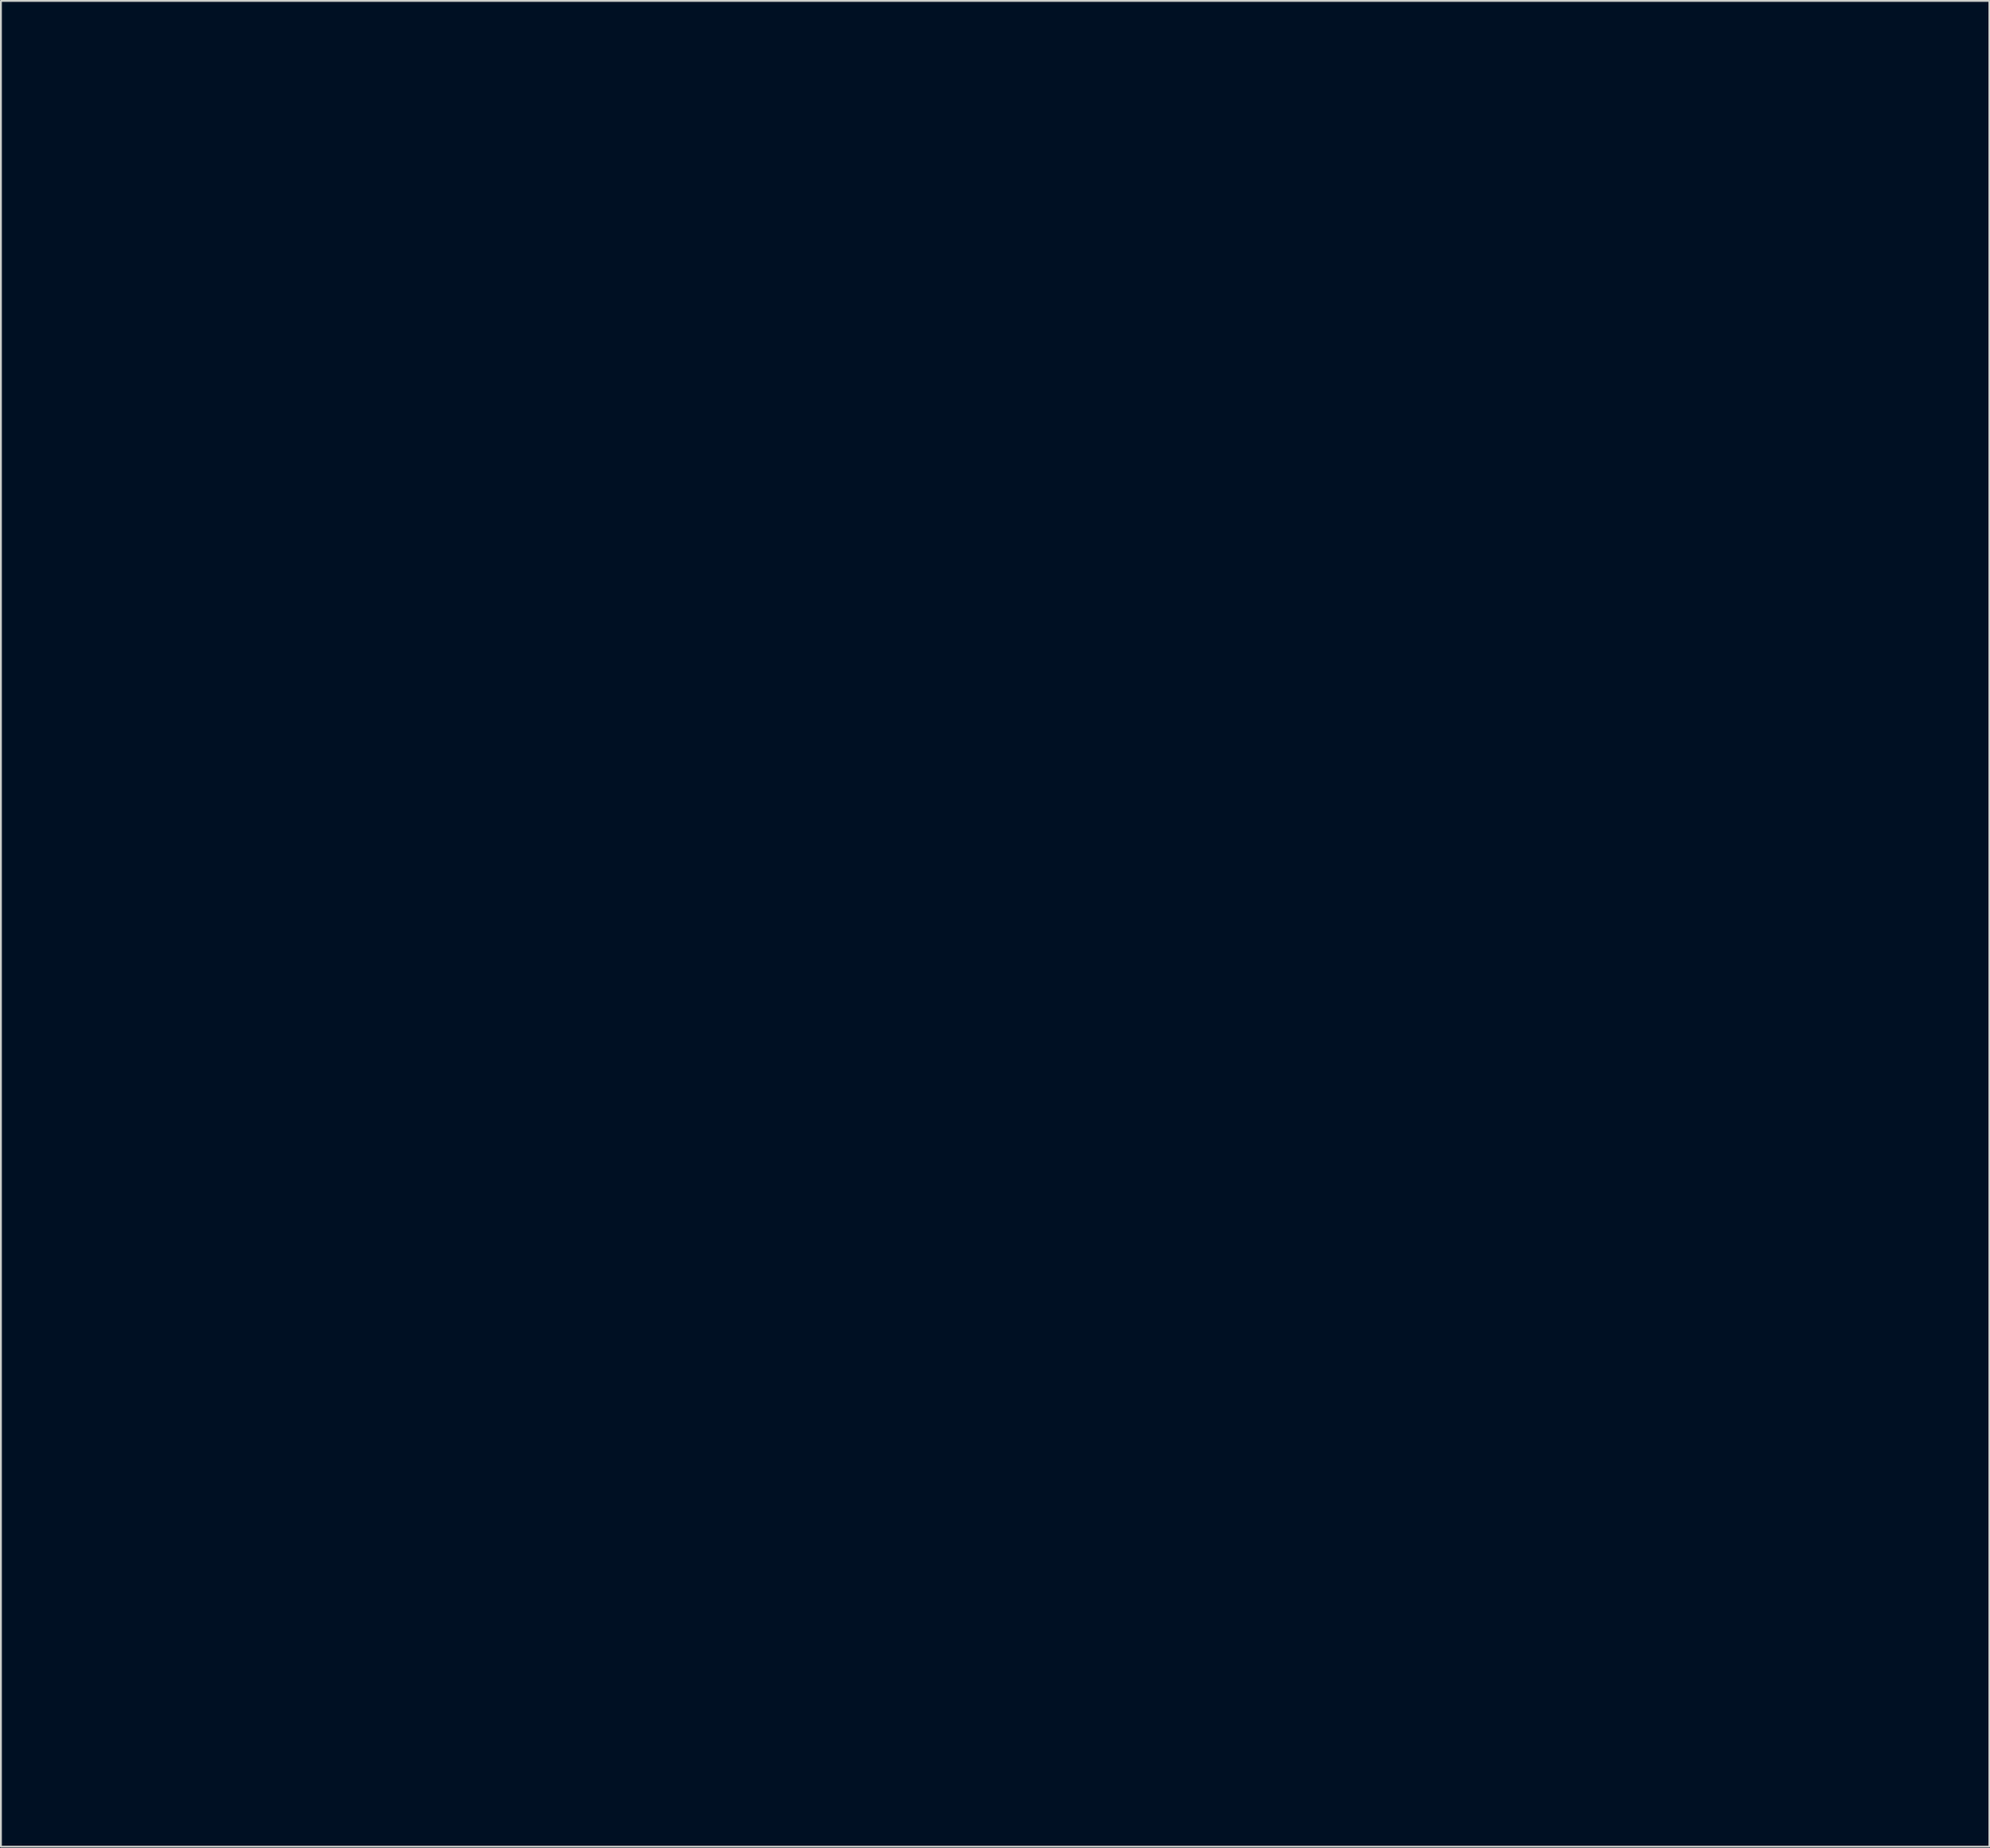
<source format=kicad_pcb>
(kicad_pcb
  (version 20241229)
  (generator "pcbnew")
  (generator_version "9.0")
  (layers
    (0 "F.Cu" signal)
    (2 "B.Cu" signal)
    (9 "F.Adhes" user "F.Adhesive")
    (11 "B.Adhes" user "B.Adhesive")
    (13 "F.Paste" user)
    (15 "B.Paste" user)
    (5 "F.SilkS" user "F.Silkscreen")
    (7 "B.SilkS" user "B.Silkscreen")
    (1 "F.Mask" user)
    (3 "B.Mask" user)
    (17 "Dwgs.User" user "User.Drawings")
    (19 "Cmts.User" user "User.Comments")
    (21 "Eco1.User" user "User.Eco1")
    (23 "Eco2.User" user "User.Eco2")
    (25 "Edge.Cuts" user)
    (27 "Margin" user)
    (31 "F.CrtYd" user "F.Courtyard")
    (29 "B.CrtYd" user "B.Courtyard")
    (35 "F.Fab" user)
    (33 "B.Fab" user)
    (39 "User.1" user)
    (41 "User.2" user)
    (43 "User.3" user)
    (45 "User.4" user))
  (footprint "copperfrontfixedFMask"
    (layer "F.Cu")
    (at 52.254 48.265)
    (property "Reference" "copperfrontfixedFMask" (at 0 0 0) (layer "F.Mask") (effects (font (size 1.524 1.524) (thickness 0.3))))
    (attr through_hole)
    (fp_poly (pts (xy 4.731 -5.606) (xy 4.778 -4.692) (xy 4.791 -4.368) (xy 4.801 -3.947) (xy 4.808 -3.46) (xy 4.812 -2.936) (xy 4.812 -2.406) (xy 4.81 -2.06) (xy 4.794 -0.342) (xy 0.349 -2.892) (xy 0.314 -4.763) (xy 1.839 -4.763) (xy 1.856 -6.001) (xy 1.873 -7.239) (xy 4.731 -5.606)) (stroke (width 0.01) (type solid)) (fill yes) (layer "F.Mask"))
    (fp_poly (pts (xy -26.893 -1.647) (xy -26.569 -1.635) (xy -26.357 -1.613) (xy -26.249 -1.583) (xy -26.238 -1.575) (xy -26.188 -1.465) (xy -26.163 -1.292) (xy -26.162 -1.257) (xy -26.162 -1.016) (xy -28.512 -1.016) (xy -28.512 -1.257) (xy -28.493 -1.435) (xy -28.446 -1.562) (xy -28.435 -1.575) (xy -28.349 -1.608) (xy -28.159 -1.631) (xy -27.86 -1.645) (xy -27.443 -1.651) (xy -27.337 -1.651) (xy -26.893 -1.647)) (stroke (width 0.01) (type solid)) (fill yes) (layer "F.Mask"))
    (fp_poly (pts (xy -21.357 -17.244) (xy -21.223 -17.091) (xy -21.059 -16.876) (xy -20.879 -16.623) (xy -20.701 -16.355) (xy -20.54 -16.097) (xy -20.413 -15.873) (xy -20.336 -15.706) (xy -20.32 -15.639) (xy -20.366 -15.521) (xy -20.475 -15.385) (xy -20.605 -15.276) (xy -20.7 -15.24) (xy -20.748 -15.29) (xy -20.853 -15.43) (xy -21.004 -15.641) (xy -21.187 -15.907) (xy -21.356 -16.158) (xy -21.967 -17.075) (xy -21.776 -17.212) (xy -21.577 -17.308) (xy -21.444 -17.311) (xy -21.357 -17.244)) (stroke (width 0.01) (type solid)) (fill yes) (layer "F.Mask"))
    (fp_poly (pts (xy -5.525 3.221) (xy -5.526 5.81) (xy -6.305 6.266) (xy -6.592 6.432) (xy -6.843 6.573) (xy -7.036 6.679) (xy -7.15 6.736) (xy -7.167 6.742) (xy -7.235 6.699) (xy -7.345 6.564) (xy -7.482 6.357) (xy -7.55 6.243) (xy -7.849 5.724) (xy -8.942 6.293) (xy -10.035 6.863) (xy -10.001 3.22) (xy -8.001 2.052) (xy -7.533 1.779) (xy -7.09 1.522) (xy -6.687 1.288) (xy -6.339 1.087) (xy -6.058 0.925) (xy -5.86 0.812) (xy -5.763 0.758) (xy -5.524 0.632) (xy -5.525 3.221)) (stroke (width 0.01) (type solid)) (fill yes) (layer "F.Mask"))
    (fp_poly (pts (xy 15.579 -20.961) (xy 15.718 -20.842) (xy 15.797 -20.717) (xy 15.801 -20.7) (xy 15.776 -20.599) (xy 15.695 -20.416) (xy 15.573 -20.176) (xy 15.422 -19.901) (xy 15.257 -19.616) (xy 15.092 -19.346) (xy 14.94 -19.114) (xy 14.817 -18.944) (xy 14.735 -18.861) (xy 14.733 -18.86) (xy 14.586 -18.846) (xy 14.409 -18.912) (xy 14.273 -18.999) (xy 14.207 -19.077) (xy 14.205 -19.091) (xy 14.241 -19.166) (xy 14.332 -19.33) (xy 14.467 -19.565) (xy 14.635 -19.851) (xy 14.798 -20.124) (xy 15.378 -21.087) (xy 15.579 -20.961)) (stroke (width 0.01) (type solid)) (fill yes) (layer "F.Mask"))
    (fp_poly (pts (xy -1.864 -7.433) (xy -1.856 -7.263) (xy -1.849 -7.004) (xy -1.844 -6.673) (xy -1.842 -6.287) (xy -1.841 -6.128) (xy -1.841 -4.763) (xy -0.381 -4.763) (xy -0.381 -3.136) (xy -1.921 -2.242) (xy -2.368 -1.982) (xy -2.82 -1.719) (xy -3.255 -1.467) (xy -3.647 -1.238) (xy -3.973 -1.048) (xy -4.175 -0.93) (xy -4.889 -0.512) (xy -4.889 -5.761) (xy -3.398 -6.627) (xy -3.004 -6.855) (xy -2.647 -7.06) (xy -2.341 -7.235) (xy -2.1 -7.371) (xy -1.94 -7.46) (xy -1.874 -7.493) (xy -1.874 -7.493) (xy -1.864 -7.433)) (stroke (width 0.01) (type solid)) (fill yes) (layer "F.Mask"))
    (fp_poly (pts (xy 12.46 -22.942) (xy 12.591 -22.834) (xy 12.706 -22.705) (xy 12.763 -22.598) (xy 12.764 -22.588) (xy 12.732 -22.505) (xy 12.647 -22.335) (xy 12.519 -22.1) (xy 12.359 -21.822) (xy 12.285 -21.696) (xy 12.096 -21.381) (xy 11.956 -21.161) (xy 11.852 -21.018) (xy 11.771 -20.937) (xy 11.7 -20.902) (xy 11.634 -20.896) (xy 11.443 -20.926) (xy 11.316 -20.97) (xy 11.213 -21.048) (xy 11.189 -21.114) (xy 11.233 -21.214) (xy 11.329 -21.39) (xy 11.464 -21.622) (xy 11.624 -21.888) (xy 11.795 -22.165) (xy 11.965 -22.433) (xy 12.12 -22.67) (xy 12.246 -22.855) (xy 12.33 -22.965) (xy 12.356 -22.987) (xy 12.46 -22.942)) (stroke (width 0.01) (type solid)) (fill yes) (layer "F.Mask"))
    (fp_poly (pts (xy -0.396 -0.623) (xy -0.393 -0.168) (xy -0.392 0.244) (xy -0.394 0.597) (xy -0.399 0.874) (xy -0.405 1.059) (xy -0.414 1.133) (xy -0.414 1.134) (xy -0.488 1.149) (xy -0.663 1.166) (xy -0.914 1.182) (xy -1.215 1.195) (xy -1.245 1.196) (xy -2.041 1.222) (xy -2.026 2.497) (xy -2.012 3.771) (xy -3.245 4.491) (xy -3.611 4.705) (xy -3.95 4.903) (xy -4.243 5.072) (xy -4.47 5.204) (xy -4.614 5.286) (xy -4.646 5.303) (xy -4.815 5.395) (xy -4.856 4.936) (xy -4.865 4.76) (xy -4.872 4.476) (xy -4.878 4.104) (xy -4.881 3.663) (xy -4.881 3.172) (xy -4.879 2.65) (xy -4.877 2.358) (xy -4.858 0.239) (xy -0.413 -2.345) (xy -0.396 -0.623)) (stroke (width 0.01) (type solid)) (fill yes) (layer "F.Mask"))
    (fp_poly (pts (xy 0.429 -2.062) (xy 0.591 -1.974) (xy 0.838 -1.836) (xy 1.16 -1.655) (xy 1.543 -1.437) (xy 1.977 -1.19) (xy 2.448 -0.92) (xy 2.603 -0.83) (xy 4.794 0.43) (xy 4.811 2.977) (xy 4.813 3.532) (xy 4.813 4.044) (xy 4.811 4.502) (xy 4.807 4.891) (xy 4.801 5.197) (xy 4.793 5.409) (xy 4.783 5.511) (xy 4.779 5.519) (xy 4.713 5.487) (xy 4.553 5.399) (xy 4.314 5.265) (xy 4.011 5.092) (xy 3.659 4.89) (xy 3.35 4.71) (xy 1.968 3.907) (xy 1.968 1.143) (xy 0.318 1.143) (xy 0.318 -0.476) (xy 0.319 -0.915) (xy 0.324 -1.308) (xy 0.332 -1.639) (xy 0.342 -1.891) (xy 0.354 -2.048) (xy 0.365 -2.093) (xy 0.429 -2.062)) (stroke (width 0.01) (type solid)) (fill yes) (layer "F.Mask"))
    (fp_poly (pts (xy -13.759 -21.842) (xy -13.707 -21.828) (xy -13.65 -21.793) (xy -13.581 -21.726) (xy -13.494 -21.618) (xy -13.381 -21.458) (xy -13.233 -21.236) (xy -13.046 -20.942) (xy -12.809 -20.566) (xy -12.518 -20.098) (xy -12.326 -19.79) (xy -11.973 -19.217) (xy -11.672 -18.72) (xy -11.426 -18.303) (xy -11.239 -17.973) (xy -11.114 -17.736) (xy -11.054 -17.597) (xy -11.049 -17.571) (xy -11.103 -17.399) (xy -11.239 -17.273) (xy -11.414 -17.215) (xy -11.587 -17.25) (xy -11.6 -17.258) (xy -11.651 -17.322) (xy -11.76 -17.481) (xy -11.916 -17.718) (xy -12.11 -18.021) (xy -12.334 -18.373) (xy -12.578 -18.761) (xy -12.835 -19.171) (xy -13.093 -19.587) (xy -13.346 -19.996) (xy -13.583 -20.383) (xy -13.795 -20.734) (xy -13.975 -21.034) (xy -14.112 -21.268) (xy -14.198 -21.423) (xy -14.224 -21.481) (xy -14.167 -21.655) (xy -14.022 -21.787) (xy -13.828 -21.844) (xy -13.815 -21.844) (xy -13.759 -21.842)) (stroke (width 0.01) (type solid)) (fill yes) (layer "F.Mask"))
    (fp_poly (pts (xy 5.635 0.912) (xy 5.752 0.976) (xy 5.957 1.091) (xy 6.235 1.249) (xy 6.572 1.441) (xy 6.952 1.659) (xy 7.363 1.894) (xy 7.788 2.139) (xy 8.213 2.384) (xy 8.625 2.622) (xy 9.008 2.844) (xy 9.347 3.042) (xy 9.629 3.206) (xy 9.838 3.33) (xy 9.961 3.404) (xy 9.986 3.421) (xy 9.999 3.495) (xy 10.009 3.679) (xy 10.016 3.955) (xy 10.02 4.306) (xy 10.021 4.715) (xy 10.018 5.127) (xy 10.001 6.785) (xy 8.973 6.191) (xy 8.578 5.966) (xy 8.28 5.806) (xy 8.071 5.707) (xy 7.943 5.664) (xy 7.888 5.672) (xy 7.833 5.757) (xy 7.734 5.925) (xy 7.605 6.148) (xy 7.519 6.302) (xy 7.382 6.536) (xy 7.262 6.72) (xy 7.175 6.832) (xy 7.144 6.855) (xy 7.069 6.824) (xy 6.906 6.739) (xy 6.677 6.612) (xy 6.402 6.455) (xy 6.287 6.388) (xy 5.493 5.922) (xy 5.476 3.372) (xy 5.46 0.821) (xy 5.635 0.912)) (stroke (width 0.01) (type solid)) (fill yes) (layer "F.Mask"))
    (fp_poly (pts (xy -1.981 4.923) (xy -1.962 5.271) (xy -1.378 5.27) (xy -1.133 5.268) (xy -0.79 5.263) (xy -0.382 5.254) (xy 0.064 5.243) (xy 0.517 5.231) (xy 0.587 5.228) (xy 1.968 5.187) (xy 1.968 5.006) (xy 1.98 4.877) (xy 2.005 4.826) (xy 2.068 4.856) (xy 2.22 4.939) (xy 2.441 5.062) (xy 2.71 5.214) (xy 3.006 5.382) (xy 3.309 5.556) (xy 3.598 5.724) (xy 3.853 5.873) (xy 4.052 5.991) (xy 4.176 6.068) (xy 4.206 6.089) (xy 4.163 6.128) (xy 4.022 6.223) (xy 3.798 6.365) (xy 3.504 6.547) (xy 3.152 6.761) (xy 2.755 6.998) (xy 2.328 7.252) (xy 1.882 7.514) (xy 1.432 7.777) (xy 0.99 8.032) (xy 0.57 8.272) (xy 0.194 8.483) (xy -0.159 8.68) (xy -2.349 7.419) (xy -2.829 7.141) (xy -3.274 6.883) (xy -3.671 6.65) (xy -4.009 6.45) (xy -4.275 6.29) (xy -4.459 6.177) (xy -4.548 6.117) (xy -4.555 6.111) (xy -4.506 6.067) (xy -4.363 5.97) (xy -4.139 5.829) (xy -3.85 5.653) (xy -3.511 5.452) (xy -3.285 5.32) (xy -2 4.576) (xy -1.981 4.923)) (stroke (width 0.01) (type solid)) (fill yes) (layer "F.Mask"))
    (fp_poly (pts (xy -3.064 7.774) (xy -2.582 8.051) (xy -2.138 8.31) (xy -1.744 8.545) (xy -1.41 8.746) (xy -1.149 8.909) (xy -0.971 9.027) (xy -0.888 9.091) (xy -0.884 9.1) (xy -0.95 9.144) (xy -1.11 9.241) (xy -1.35 9.385) (xy -1.657 9.567) (xy -2.016 9.777) (xy -2.412 10.009) (xy -2.832 10.254) (xy -3.26 10.504) (xy -3.684 10.749) (xy -4.088 10.983) (xy -4.459 11.196) (xy -4.781 11.381) (xy -5.042 11.529) (xy -5.226 11.631) (xy -5.319 11.68) (xy -5.327 11.683) (xy -5.39 11.652) (xy -5.549 11.566) (xy -5.788 11.433) (xy -6.093 11.262) (xy -6.449 11.059) (xy -6.842 10.835) (xy -6.847 10.831) (xy -8.329 9.981) (xy -7.246 9.42) (xy -6.909 9.242) (xy -6.615 9.082) (xy -6.381 8.949) (xy -6.224 8.852) (xy -6.161 8.802) (xy -6.161 8.8) (xy -6.19 8.724) (xy -6.269 8.563) (xy -6.386 8.341) (xy -6.509 8.117) (xy -6.648 7.863) (xy -6.761 7.649) (xy -6.835 7.5) (xy -6.858 7.442) (xy -6.806 7.395) (xy -6.663 7.298) (xy -6.448 7.164) (xy -6.182 7.006) (xy -6.076 6.946) (xy -5.293 6.498) (xy -3.064 7.774)) (stroke (width 0.01) (type solid)) (fill yes) (layer "F.Mask"))
    (fp_poly (pts (xy 5.016 6.57) (xy 5.174 6.651) (xy 5.396 6.769) (xy 5.656 6.912) (xy 5.933 7.066) (xy 6.202 7.218) (xy 6.439 7.355) (xy 6.622 7.465) (xy 6.727 7.533) (xy 6.741 7.544) (xy 6.729 7.614) (xy 6.663 7.767) (xy 6.555 7.978) (xy 6.471 8.128) (xy 6.338 8.365) (xy 6.234 8.563) (xy 6.172 8.695) (xy 6.161 8.731) (xy 6.215 8.782) (xy 6.361 8.882) (xy 6.583 9.021) (xy 6.861 9.186) (xy 7.114 9.331) (xy 7.425 9.508) (xy 7.693 9.665) (xy 7.9 9.79) (xy 8.029 9.873) (xy 8.064 9.902) (xy 8.012 9.941) (xy 7.867 10.032) (xy 7.647 10.166) (xy 7.369 10.333) (xy 7.051 10.523) (xy 6.71 10.724) (xy 6.364 10.927) (xy 6.03 11.121) (xy 5.725 11.297) (xy 5.467 11.443) (xy 5.273 11.55) (xy 5.244 11.566) (xy 5.048 11.669) (xy 2.812 10.391) (xy 2.328 10.113) (xy 1.879 9.854) (xy 1.478 9.621) (xy 1.136 9.421) (xy 0.865 9.26) (xy 0.677 9.146) (xy 0.583 9.086) (xy 0.574 9.078) (xy 0.626 9.039) (xy 0.774 8.945) (xy 1.004 8.805) (xy 1.302 8.628) (xy 1.652 8.42) (xy 2.042 8.191) (xy 2.455 7.95) (xy 2.88 7.703) (xy 3.3 7.46) (xy 3.702 7.229) (xy 4.071 7.018) (xy 4.393 6.836) (xy 4.654 6.69) (xy 4.839 6.59) (xy 4.935 6.543) (xy 4.943 6.54) (xy 5.016 6.57)) (stroke (width 0.01) (type solid)) (fill yes) (layer "F.Mask"))
    (fp_poly (pts (xy -14.756 -45.945) (xy -14.269 -45.685) (xy -13.685 -45.367) (xy -13.013 -44.997) (xy -12.265 -44.582) (xy -11.454 -44.127) (xy -10.589 -43.638) (xy -9.682 -43.123) (xy -9.112 -42.797) (xy -8.639 -42.526) (xy -8.185 -42.267) (xy -7.766 -42.027) (xy -7.397 -41.816) (xy -7.095 -41.643) (xy -6.875 -41.518) (xy -6.77 -41.457) (xy -6.395 -41.243) (xy -6.445 -31.02) (xy -6.451 -29.87) (xy -6.457 -28.743) (xy -6.463 -27.647) (xy -6.47 -26.588) (xy -6.476 -25.575) (xy -6.483 -24.616) (xy -6.49 -23.717) (xy -6.496 -22.887) (xy -6.503 -22.134) (xy -6.509 -21.465) (xy -6.515 -20.888) (xy -6.521 -20.41) (xy -6.526 -20.039) (xy -6.531 -19.784) (xy -6.533 -19.693) (xy -6.572 -18.59) (xy -9.779 -16.75) (xy -11.248 -15.908) (xy -12.615 -15.126) (xy -13.881 -14.402) (xy -15.045 -13.739) (xy -16.106 -13.136) (xy -17.063 -12.593) (xy -17.917 -12.111) (xy -18.665 -11.691) (xy -19.308 -11.333) (xy -19.844 -11.036) (xy -20.274 -10.803) (xy -20.596 -10.632) (xy -20.81 -10.524) (xy -20.915 -10.48) (xy -20.922 -10.479) (xy -20.998 -10.507) (xy -21.165 -10.586) (xy -21.403 -10.703) (xy -21.69 -10.851) (xy -21.876 -10.947) (xy -22.177 -11.11) (xy -22.434 -11.255) (xy -22.626 -11.371) (xy -22.736 -11.448) (xy -22.754 -11.47) (xy -22.721 -11.541) (xy -22.637 -11.702) (xy -22.513 -11.932) (xy -22.361 -12.21) (xy -22.193 -12.515) (xy -22.019 -12.827) (xy -21.852 -13.124) (xy -21.745 -13.311) (xy -21.594 -13.573) (xy -23.037 -14.338) (xy -23.501 -14.585) (xy -23.996 -14.848) (xy -24.488 -15.109) (xy -24.946 -15.353) (xy -25.338 -15.562) (xy -25.475 -15.635) (xy -26.47 -16.166) (xy -25.125 -16.954) (xy -24.612 -17.256) (xy -22.838 -17.256) (xy -22.813 -17.191) (xy -22.723 -17.034) (xy -22.577 -16.797) (xy -22.384 -16.493) (xy -22.152 -16.134) (xy -21.889 -15.732) (xy -21.603 -15.299) (xy -21.302 -14.848) (xy -20.996 -14.392) (xy -20.691 -13.941) (xy -20.397 -13.51) (xy -20.122 -13.11) (xy -19.873 -12.753) (xy -19.66 -12.451) (xy -19.49 -12.218) (xy -19.372 -12.065) (xy -19.313 -12.004) (xy -19.311 -12.004) (xy -19.204 -12.034) (xy -19.048 -12.111) (xy -19.006 -12.136) (xy -18.863 -12.25) (xy -18.819 -12.348) (xy -18.822 -12.359) (xy -18.867 -12.437) (xy -18.973 -12.602) (xy -19.127 -12.837) (xy -19.32 -13.125) (xy -19.539 -13.449) (xy -19.588 -13.52) (xy -19.809 -13.847) (xy -20.003 -14.138) (xy -20.16 -14.379) (xy -20.268 -14.551) (xy -20.317 -14.64) (xy -20.319 -14.647) (xy -20.27 -14.711) (xy -20.148 -14.809) (xy -20.095 -14.845) (xy -19.859 -15.05) (xy -19.694 -15.3) (xy -19.624 -15.556) (xy -19.623 -15.589) (xy -19.642 -15.748) (xy -19.703 -15.935) (xy -19.812 -16.166) (xy -19.98 -16.457) (xy -20.213 -16.824) (xy -20.371 -17.063) (xy -20.651 -17.461) (xy -20.892 -17.749) (xy -21.114 -17.934) (xy -21.333 -18.02) (xy -21.568 -18.012) (xy -21.835 -17.917) (xy -22.153 -17.74) (xy -22.299 -17.646) (xy -22.521 -17.497) (xy -22.702 -17.368) (xy -22.815 -17.28) (xy -22.838 -17.256) (xy -24.612 -17.256) (xy -24.137 -17.534) (xy -23.248 -18.055) (xy -22.448 -18.524) (xy -21.727 -18.945) (xy -21.248 -19.226) (xy -19.228 -19.226) (xy -19.207 -19.108) (xy -19.131 -18.948) (xy -19.102 -18.902) (xy -18.954 -18.686) (xy -18.576 -18.927) (xy -18.376 -19.05) (xy -18.253 -19.11) (xy -18.181 -19.114) (xy -18.131 -19.071) (xy -18.124 -19.061) (xy -18.076 -18.986) (xy -17.968 -18.814) (xy -17.808 -18.558) (xy -17.603 -18.231) (xy -17.361 -17.844) (xy -17.09 -17.408) (xy -16.797 -16.937) (xy -16.67 -16.732) (xy -16.316 -16.162) (xy -16.022 -15.691) (xy -15.784 -15.309) (xy -15.594 -15.007) (xy -15.447 -14.776) (xy -15.337 -14.606) (xy -15.258 -14.489) (xy -15.203 -14.413) (xy -15.167 -14.372) (xy -15.143 -14.354) (xy -15.13 -14.351) (xy -15.06 -14.379) (xy -14.922 -14.451) (xy -14.852 -14.49) (xy -14.703 -14.581) (xy -14.615 -14.65) (xy -14.605 -14.666) (xy -14.637 -14.726) (xy -14.73 -14.883) (xy -14.877 -15.125) (xy -15.07 -15.442) (xy -15.304 -15.821) (xy -15.57 -16.253) (xy -15.863 -16.725) (xy -16.066 -17.051) (xy -16.372 -17.546) (xy -16.657 -18.01) (xy -16.913 -18.432) (xy -17.134 -18.799) (xy -17.312 -19.1) (xy -17.44 -19.325) (xy -17.512 -19.46) (xy -17.526 -19.495) (xy -17.475 -19.586) (xy -17.347 -19.687) (xy -17.307 -19.71) (xy -17.122 -19.83) (xy -16.963 -19.962) (xy -16.952 -19.973) (xy -16.872 -20.077) (xy -16.844 -20.19) (xy -16.857 -20.362) (xy -16.869 -20.437) (xy -16.923 -20.757) (xy -18.065 -20.045) (xy -18.408 -19.827) (xy -18.712 -19.626) (xy -18.959 -19.453) (xy -19.134 -19.32) (xy -19.222 -19.239) (xy -19.228 -19.226) (xy -21.248 -19.226) (xy -21.076 -19.326) (xy -20.484 -19.672) (xy -19.942 -19.989) (xy -19.438 -20.283) (xy -18.963 -20.559) (xy -18.508 -20.824) (xy -18.061 -21.083) (xy -17.614 -21.342) (xy -17.461 -21.431) (xy -14.923 -21.431) (xy -14.922 -21.373) (xy -14.912 -21.313) (xy -14.888 -21.239) (xy -14.844 -21.142) (xy -14.774 -21.01) (xy -14.672 -20.832) (xy -14.532 -20.599) (xy -14.349 -20.298) (xy -14.115 -19.92) (xy -13.826 -19.453) (xy -13.537 -18.986) (xy -13.201 -18.443) (xy -12.924 -17.998) (xy -12.699 -17.639) (xy -12.519 -17.356) (xy -12.377 -17.14) (xy -12.266 -16.978) (xy -12.177 -16.861) (xy -12.105 -16.779) (xy -12.04 -16.719) (xy -11.977 -16.673) (xy -11.908 -16.629) (xy -11.906 -16.628) (xy -11.688 -16.533) (xy -11.461 -16.524) (xy -11.199 -16.606) (xy -10.922 -16.754) (xy -10.589 -16.997) (xy -10.381 -17.251) (xy -10.294 -17.52) (xy -10.327 -17.809) (xy -10.349 -17.871) (xy -10.394 -17.956) (xy -10.497 -18.134) (xy -10.65 -18.39) (xy -10.843 -18.71) (xy -11.067 -19.079) (xy -11.314 -19.483) (xy -11.574 -19.906) (xy -11.839 -20.335) (xy -12.099 -20.754) (xy -12.345 -21.15) (xy -12.569 -21.506) (xy -12.762 -21.81) (xy -12.914 -22.045) (xy -12.931 -22.072) (xy -13.169 -22.354) (xy -13.433 -22.514) (xy -13.728 -22.552) (xy -14.056 -22.468) (xy -14.356 -22.306) (xy -14.643 -22.093) (xy -14.822 -21.885) (xy -14.908 -21.66) (xy -14.922 -21.497) (xy -14.923 -21.431) (xy -17.461 -21.431) (xy -17.272 -21.54) (xy -16.784 -21.824) (xy -16.324 -22.095) (xy -15.906 -22.345) (xy -15.543 -22.566) (xy -15.247 -22.75) (xy -15.032 -22.889) (xy -14.912 -22.974) (xy -14.897 -22.987) (xy -14.736 -23.219) (xy -14.663 -23.474) (xy -14.656 -23.579) (xy -14.647 -23.803) (xy -14.639 -24.136) (xy -14.63 -24.568) (xy -14.621 -25.092) (xy -14.612 -25.697) (xy -14.603 -26.375) (xy -14.594 -27.117) (xy -14.586 -27.913) (xy -14.578 -28.756) (xy -14.571 -29.635) (xy -14.567 -30.165) (xy -14.521 -36.548) (xy -14.826 -36.809) (xy -14.927 -36.891) (xy -15.055 -36.986) (xy -15.217 -37.099) (xy -15.421 -37.234) (xy -15.674 -37.395) (xy -15.981 -37.587) (xy -16.352 -37.814) (xy -16.792 -38.08) (xy -17.308 -38.39) (xy -17.908 -38.747) (xy -18.598 -39.157) (xy -19.386 -39.624) (xy -20.032 -40.005) (xy -20.605 -40.344) (xy -21.148 -40.665) (xy -21.651 -40.963) (xy -22.103 -41.231) (xy -22.494 -41.464) (xy -22.814 -41.655) (xy -23.052 -41.797) (xy -23.198 -41.886) (xy -23.238 -41.911) (xy -23.273 -41.94) (xy -23.285 -41.972) (xy -23.263 -42.014) (xy -23.199 -42.074) (xy -23.082 -42.157) (xy -22.901 -42.272) (xy -22.647 -42.425) (xy -22.31 -42.623) (xy -21.879 -42.872) (xy -21.548 -43.063) (xy -20.741 -43.527) (xy -19.966 -43.97) (xy -19.23 -44.388) (xy -18.545 -44.775) (xy -17.919 -45.127) (xy -17.362 -45.437) (xy -16.883 -45.7) (xy -16.491 -45.911) (xy -16.196 -46.066) (xy -16.114 -46.107) (xy -15.574 -46.375) (xy -14.756 -45.945)) (stroke (width 0.01) (type solid)) (fill yes) (layer "F.Mask"))
    (fp_poly (pts (xy -29.578 -9.602) (xy -29.421 -9.522) (xy -29.176 -9.395) (xy -28.855 -9.227) (xy -28.469 -9.024) (xy -28.031 -8.792) (xy -27.552 -8.538) (xy -27.372 -8.442) (xy -25.12 -7.245) (xy -24.778 -7.861) (xy -24.559 -8.253) (xy -24.393 -8.547) (xy -24.272 -8.756) (xy -24.188 -8.894) (xy -24.132 -8.974) (xy -24.097 -9.009) (xy -24.08 -9.015) (xy -24.012 -8.984) (xy -23.853 -8.902) (xy -23.623 -8.777) (xy -23.342 -8.622) (xy -23.146 -8.512) (xy -22.257 -8.011) (xy -22.264 -7.387) (xy -22.266 -7.243) (xy -22.268 -6.98) (xy -22.271 -6.608) (xy -22.274 -6.135) (xy -22.278 -5.57) (xy -22.283 -4.921) (xy -22.288 -4.197) (xy -22.293 -3.408) (xy -22.299 -2.561) (xy -22.305 -1.665) (xy -22.312 -0.73) (xy -22.318 0.237) (xy -22.321 0.748) (xy -22.371 8.259) (xy -30.696 13.011) (xy -31.665 13.564) (xy -32.617 14.107) (xy -33.543 14.635) (xy -34.437 15.145) (xy -35.292 15.632) (xy -36.101 16.093) (xy -36.856 16.524) (xy -37.551 16.92) (xy -38.179 17.278) (xy -38.732 17.592) (xy -39.204 17.861) (xy -39.587 18.078) (xy -39.874 18.242) (xy -40.059 18.346) (xy -40.069 18.351) (xy -40.412 18.545) (xy -40.73 18.724) (xy -41 18.878) (xy -41.201 18.993) (xy -41.309 19.055) (xy -41.501 19.17) (xy -42.452 18.673) (xy -42.764 18.508) (xy -43.119 18.318) (xy -43.524 18.098) (xy -43.986 17.844) (xy -44.513 17.553) (xy -45.112 17.22) (xy -45.791 16.841) (xy -46.556 16.411) (xy -47.416 15.928) (xy -48.378 15.386) (xy -48.528 15.301) (xy -50.606 14.13) (xy -50.578 12.573) (xy -50.571 12.136) (xy -50.561 11.598) (xy -50.551 10.989) (xy -50.54 10.334) (xy -50.529 9.663) (xy -50.518 9.001) (xy -50.51 8.511) (xy -50.5 7.956) (xy -50.488 7.438) (xy -50.476 6.971) (xy -50.464 6.57) (xy -50.452 6.25) (xy -50.441 6.024) (xy -50.43 5.907) (xy -50.428 5.896) (xy -50.416 5.875) (xy -50.392 5.864) (xy -50.35 5.866) (xy -50.282 5.886) (xy -50.181 5.927) (xy -50.039 5.993) (xy -49.85 6.087) (xy -49.605 6.214) (xy -49.298 6.376) (xy -48.92 6.579) (xy -48.466 6.826) (xy -47.927 7.12) (xy -47.296 7.465) (xy -46.566 7.865) (xy -46.038 8.155) (xy -45.151 8.638) (xy -44.369 9.055) (xy -43.691 9.406) (xy -43.114 9.694) (xy -42.636 9.919) (xy -42.254 10.083) (xy -41.967 10.185) (xy -41.925 10.198) (xy -41.719 10.251) (xy -41.566 10.271) (xy -41.416 10.256) (xy -41.217 10.204) (xy -41.105 10.171) (xy -40.815 10.069) (xy -40.452 9.916) (xy -40.012 9.71) (xy -39.49 9.449) (xy -38.883 9.131) (xy -38.186 8.754) (xy -37.396 8.316) (xy -36.509 7.813) (xy -35.52 7.245) (xy -35.179 7.048) (xy -34.318 6.548) (xy -33.56 6.105) (xy -32.899 5.716) (xy -32.329 5.376) (xy -31.841 5.08) (xy -31.431 4.823) (xy -31.089 4.602) (xy -30.811 4.412) (xy -30.588 4.248) (xy -30.414 4.106) (xy -30.282 3.981) (xy -30.186 3.869) (xy -30.118 3.765) (xy -30.088 3.704) (xy -30.059 3.626) (xy -30.033 3.522) (xy -30.009 3.384) (xy -29.991 3.233) (xy -29.337 3.233) (xy -29.307 3.59) (xy -29.208 3.864) (xy -29.03 4.086) (xy -29.02 4.096) (xy -28.954 4.138) (xy -28.85 4.173) (xy -28.697 4.203) (xy -28.486 4.228) (xy -28.208 4.249) (xy -27.853 4.266) (xy -27.412 4.279) (xy -26.873 4.29) (xy -26.229 4.298) (xy -25.47 4.304) (xy -25.305 4.305) (xy -24.77 4.308) (xy -24.348 4.309) (xy -24.021 4.307) (xy -23.776 4.301) (xy -23.598 4.29) (xy -23.47 4.273) (xy -23.378 4.25) (xy -23.306 4.22) (xy -23.256 4.191) (xy -23.009 3.983) (xy -22.859 3.709) (xy -22.799 3.356) (xy -22.797 3.264) (xy -22.812 2.995) (xy -22.865 2.798) (xy -22.941 2.661) (xy -23.046 2.523) (xy -23.159 2.424) (xy -23.303 2.356) (xy -23.5 2.316) (xy -23.772 2.295) (xy -24.142 2.287) (xy -24.277 2.287) (xy -25.155 2.286) (xy -25.113 2.429) (xy -25.045 2.588) (xy -24.96 2.731) (xy -24.897 2.805) (xy -24.816 2.855) (xy -24.69 2.886) (xy -24.489 2.906) (xy -24.244 2.921) (xy -23.917 2.948) (xy -23.676 2.987) (xy -23.542 3.035) (xy -23.536 3.04) (xy -23.45 3.178) (xy -23.436 3.349) (xy -23.492 3.499) (xy -23.554 3.554) (xy -23.655 3.573) (xy -23.877 3.588) (xy -24.216 3.601) (xy -24.665 3.61) (xy -25.221 3.616) (xy -25.876 3.619) (xy -26.015 3.619) (xy -26.663 3.618) (xy -27.195 3.615) (xy -27.623 3.609) (xy -27.959 3.598) (xy -28.214 3.58) (xy -28.4 3.554) (xy -28.528 3.519) (xy -28.61 3.474) (xy -28.657 3.415) (xy -28.681 3.343) (xy -28.692 3.272) (xy -28.691 3.138) (xy -28.643 3.042) (xy -28.531 2.979) (xy -28.339 2.942) (xy -28.05 2.924) (xy -27.737 2.921) (xy -27.446 2.919) (xy -27.207 2.912) (xy -27.046 2.902) (xy -26.988 2.891) (xy -27.009 2.818) (xy -27.063 2.672) (xy -27.092 2.6) (xy -27.172 2.439) (xy -27.277 2.331) (xy -27.432 2.265) (xy -27.662 2.232) (xy -27.99 2.223) (xy -28.038 2.223) (xy -28.491 2.249) (xy -28.837 2.331) (xy -29.085 2.479) (xy -29.244 2.697) (xy -29.323 2.995) (xy -29.337 3.233) (xy -29.991 3.233) (xy -29.987 3.206) (xy -29.966 2.981) (xy -29.946 2.702) (xy -29.927 2.364) (xy -29.909 1.959) (xy -29.891 1.48) (xy -29.873 0.921) (xy -29.854 0.276) (xy -29.839 -0.318) (xy -29.157 -0.318) (xy -22.726 -0.318) (xy -22.765 -0.984) (xy -25.463 -1.019) (xy -25.463 -1.269) (xy -25.441 -1.463) (xy -25.364 -1.571) (xy -25.341 -1.585) (xy -25.234 -1.608) (xy -25.018 -1.627) (xy -24.708 -1.641) (xy -24.322 -1.649) (xy -23.975 -1.651) (xy -22.733 -1.651) (xy -22.733 -2.349) (xy -24.082 -2.349) (xy -24.561 -2.347) (xy -24.929 -2.341) (xy -25.203 -2.329) (xy -25.398 -2.311) (xy -25.53 -2.286) (xy -25.611 -2.255) (xy -25.751 -2.197) (xy -25.857 -2.212) (xy -25.939 -2.259) (xy -26.009 -2.293) (xy -26.114 -2.317) (xy -26.271 -2.333) (xy -26.496 -2.341) (xy -26.809 -2.343) (xy -27.225 -2.34) (xy -27.394 -2.337) (xy -28.7 -2.318) (xy -29.115 -1.903) (xy -29.157 -0.318) (xy -29.839 -0.318) (xy -29.835 -0.463) (xy -29.816 -1.301) (xy -29.795 -2.246) (xy -29.773 -3.305) (xy -29.749 -4.483) (xy -29.747 -4.57) (xy -29.732 -5.359) (xy -29.716 -6.11) (xy -29.702 -6.797) (xy -29.15 -6.797) (xy -29.139 -6.628) (xy -29.109 -6.468) (xy -29.064 -6.363) (xy -29.054 -6.352) (xy -28.964 -6.317) (xy -28.77 -6.266) (xy -28.496 -6.204) (xy -28.162 -6.137) (xy -27.847 -6.079) (xy -27.493 -6.013) (xy -27.191 -5.953) (xy -26.959 -5.9) (xy -26.817 -5.861) (xy -26.78 -5.839) (xy -26.856 -5.816) (xy -27.036 -5.777) (xy -27.298 -5.727) (xy -27.622 -5.67) (xy -27.908 -5.622) (xy -28.268 -5.561) (xy -28.586 -5.502) (xy -28.841 -5.448) (xy -29.01 -5.406) (xy -29.067 -5.383) (xy -29.121 -5.283) (xy -29.146 -5.126) (xy -29.143 -4.957) (xy -29.113 -4.821) (xy -29.057 -4.763) (xy -29.054 -4.763) (xy -28.971 -4.775) (xy -28.779 -4.81) (xy -28.496 -4.865) (xy -28.137 -4.937) (xy -27.719 -5.022) (xy -27.257 -5.116) (xy -27.102 -5.148) (xy -25.241 -5.534) (xy -24.119 -5.493) (xy -23.666 -5.477) (xy -23.324 -5.473) (xy -23.078 -5.484) (xy -22.911 -5.514) (xy -22.809 -5.569) (xy -22.756 -5.651) (xy -22.736 -5.765) (xy -22.733 -5.876) (xy -22.733 -6.16) (xy -25.221 -6.16) (xy -27.139 -6.572) (xy -27.615 -6.674) (xy -28.051 -6.767) (xy -28.432 -6.848) (xy -28.741 -6.913) (xy -28.964 -6.959) (xy -29.085 -6.982) (xy -29.102 -6.985) (xy -29.138 -6.931) (xy -29.15 -6.797) (xy -29.702 -6.797) (xy -29.702 -6.813) (xy -29.688 -7.461) (xy -29.675 -8.042) (xy -29.664 -8.547) (xy -29.654 -8.967) (xy -29.646 -9.292) (xy -29.64 -9.513) (xy -29.636 -9.62) (xy -29.635 -9.628) (xy -29.578 -9.602)) (stroke (width 0.01) (type solid)) (fill yes) (layer "F.Mask"))
    (fp_poly (pts (xy -15.533 19.966) (xy -15.346 20.041) (xy -15.093 20.153) (xy -14.799 20.292) (xy -14.692 20.344) (xy -14.566 20.407) (xy -14.428 20.479) (xy -14.271 20.561) (xy -14.091 20.657) (xy -13.882 20.771) (xy -13.638 20.904) (xy -13.355 21.061) (xy -13.027 21.245) (xy -12.649 21.457) (xy -12.214 21.702) (xy -11.718 21.983) (xy -11.155 22.302) (xy -10.52 22.663) (xy -9.808 23.068) (xy -9.012 23.521) (xy -8.128 24.025) (xy -7.15 24.583) (xy -6.072 25.197) (xy -4.89 25.872) (xy -4.876 25.88) (xy -1.655 27.718) (xy -1.653 32.049) (xy -1.651 36.38) (xy -2.334 35.993) (xy -2.527 35.883) (xy -2.817 35.719) (xy -3.189 35.507) (xy -3.629 35.257) (xy -4.123 34.977) (xy -4.656 34.674) (xy -5.214 34.356) (xy -5.779 34.036) (xy -7.053 33.312) (xy -7.237 33.208) (xy -6.219 33.208) (xy -5.617 33.563) (xy -5.265 33.769) (xy -5.005 33.917) (xy -4.822 34.016) (xy -4.701 34.073) (xy -4.625 34.097) (xy -4.603 34.099) (xy -4.515 34.066) (xy -4.368 33.983) (xy -4.301 33.938) (xy -4.159 33.832) (xy -4.074 33.75) (xy -4.064 33.729) (xy -4.116 33.68) (xy -4.255 33.583) (xy -4.46 33.455) (xy -4.651 33.341) (xy -4.893 33.201) (xy -5.091 33.085) (xy -5.221 33.008) (xy -5.26 32.984) (xy -5.234 32.928) (xy -5.149 32.772) (xy -5.013 32.53) (xy -4.832 32.211) (xy -4.612 31.828) (xy -4.36 31.39) (xy -4.082 30.91) (xy -3.868 30.542) (xy -3.518 29.94) (xy -3.228 29.438) (xy -2.995 29.028) (xy -2.814 28.7) (xy -2.68 28.448) (xy -2.588 28.261) (xy -2.534 28.131) (xy -2.514 28.05) (xy -2.52 28.013) (xy -2.6 27.928) (xy -2.729 27.83) (xy -2.867 27.743) (xy -2.974 27.693) (xy -3.008 27.694) (xy -3.043 27.752) (xy -3.135 27.909) (xy -3.276 28.152) (xy -3.461 28.469) (xy -3.683 28.849) (xy -3.934 29.281) (xy -4.207 29.752) (xy -4.317 29.94) (xy -4.611 30.448) (xy -4.898 30.942) (xy -5.168 31.406) (xy -5.412 31.826) (xy -5.621 32.185) (xy -5.786 32.468) (xy -5.898 32.66) (xy -5.913 32.686) (xy -6.219 33.208) (xy -7.237 33.208) (xy -8.22 32.652) (xy -9.284 32.054) (xy -10.248 31.516) (xy -10.614 31.313) (xy -9.575 31.313) (xy -9.513 31.372) (xy -9.363 31.475) (xy -9.152 31.607) (xy -8.905 31.754) (xy -8.649 31.9) (xy -8.408 32.03) (xy -8.209 32.131) (xy -8.077 32.187) (xy -8.047 32.193) (xy -7.929 32.16) (xy -7.761 32.076) (xy -7.682 32.027) (xy -7.535 31.926) (xy -7.444 31.857) (xy -7.429 31.842) (xy -7.481 31.805) (xy -7.621 31.718) (xy -7.827 31.594) (xy -8.061 31.457) (xy -8.308 31.31) (xy -8.506 31.184) (xy -8.635 31.095) (xy -8.673 31.055) (xy -8.638 30.994) (xy -8.546 30.836) (xy -8.403 30.59) (xy -8.216 30.268) (xy -7.992 29.883) (xy -7.737 29.445) (xy -7.458 28.966) (xy -7.28 28.659) (xy -6.989 28.158) (xy -6.72 27.689) (xy -6.478 27.263) (xy -6.27 26.893) (xy -6.103 26.59) (xy -5.983 26.366) (xy -5.917 26.232) (xy -5.905 26.201) (xy -5.951 26.114) (xy -6.062 26.006) (xy -6.202 25.904) (xy -6.332 25.834) (xy -6.415 25.825) (xy -6.42 25.829) (xy -6.471 25.906) (xy -6.577 26.077) (xy -6.728 26.33) (xy -6.919 26.653) (xy -7.141 27.032) (xy -7.387 27.455) (xy -7.65 27.909) (xy -7.922 28.38) (xy -8.197 28.857) (xy -8.466 29.326) (xy -8.722 29.774) (xy -8.958 30.189) (xy -9.166 30.558) (xy -9.339 30.867) (xy -9.47 31.105) (xy -9.551 31.258) (xy -9.575 31.313) (xy -10.614 31.313) (xy -11.113 31.036) (xy -11.884 30.613) (xy -12.563 30.246) (xy -13.153 29.933) (xy -13.33 29.841) (xy -12.255 29.841) (xy -12.205 29.943) (xy -12.083 30.047) (xy -11.931 30.129) (xy -11.79 30.167) (xy -11.71 30.144) (xy -11.664 30.075) (xy -11.562 29.907) (xy -11.409 29.652) (xy -11.213 29.32) (xy -10.979 28.923) (xy -10.714 28.472) (xy -10.425 27.978) (xy -10.138 27.484) (xy -9.834 26.959) (xy -9.55 26.463) (xy -9.294 26.01) (xy -9.071 25.609) (xy -8.887 25.273) (xy -8.749 25.014) (xy -8.663 24.841) (xy -8.636 24.769) (xy -8.686 24.662) (xy -8.806 24.538) (xy -8.953 24.433) (xy -9.083 24.385) (xy -9.091 24.384) (xy -9.133 24.437) (xy -9.23 24.588) (xy -9.375 24.823) (xy -9.56 25.131) (xy -9.779 25.497) (xy -10.022 25.91) (xy -10.284 26.357) (xy -10.556 26.824) (xy -10.832 27.299) (xy -11.103 27.769) (xy -11.362 28.221) (xy -11.603 28.642) (xy -11.816 29.02) (xy -11.996 29.342) (xy -12.134 29.594) (xy -12.223 29.764) (xy -12.255 29.84) (xy -12.255 29.841) (xy -13.33 29.841) (xy -13.657 29.671) (xy -14.077 29.461) (xy -14.416 29.3) (xy -14.678 29.186) (xy -14.866 29.119) (xy -14.867 29.118) (xy -15.373 29.03) (xy -15.9 29.049) (xy -16.328 29.149) (xy -16.602 29.255) (xy -16.962 29.413) (xy -17.397 29.62) (xy -17.898 29.868) (xy -18.455 30.153) (xy -19.057 30.468) (xy -19.696 30.809) (xy -20.361 31.171) (xy -21.043 31.546) (xy -21.732 31.931) (xy -22.418 32.318) (xy -23.091 32.704) (xy -23.742 33.082) (xy -24.362 33.447) (xy -24.939 33.793) (xy -25.465 34.114) (xy -25.929 34.406) (xy -26.322 34.663) (xy -26.635 34.879) (xy -26.856 35.048) (xy -26.978 35.165) (xy -26.991 35.186) (xy -27.021 35.279) (xy -27.05 35.447) (xy -27.078 35.697) (xy -27.105 36.032) (xy -27.132 36.461) (xy -27.159 36.987) (xy -27.187 37.617) (xy -27.215 38.358) (xy -27.244 39.213) (xy -27.274 40.164) (xy -27.295 40.835) (xy -27.317 41.496) (xy -27.339 42.13) (xy -27.361 42.722) (xy -27.382 43.254) (xy -27.401 43.71) (xy -27.418 44.075) (xy -27.432 44.331) (xy -27.434 44.355) (xy -27.456 44.682) (xy -27.474 44.967) (xy -27.487 45.184) (xy -27.494 45.308) (xy -27.495 45.323) (xy -27.502 45.371) (xy -27.535 45.39) (xy -27.61 45.372) (xy -27.743 45.312) (xy -27.952 45.202) (xy -28.252 45.037) (xy -28.291 45.015) (xy -28.676 44.798) (xy -29.156 44.524) (xy -29.717 44.199) (xy -30.345 43.834) (xy -31.026 43.435) (xy -31.747 43.011) (xy -32.492 42.569) (xy -33.249 42.119) (xy -33.351 42.058) (xy -34.983 41.084) (xy -34.951 37.735) (xy -34.942 36.904) (xy -34.93 36.083) (xy -34.916 35.284) (xy -34.901 34.516) (xy -34.884 33.791) (xy -34.865 33.121) (xy -34.846 32.516) (xy -34.827 31.987) (xy -34.807 31.546) (xy -34.787 31.204) (xy -34.768 30.971) (xy -34.758 30.893) (xy -34.745 30.851) (xy -34.717 30.805) (xy -34.664 30.751) (xy -34.58 30.682) (xy -34.457 30.595) (xy -34.285 30.483) (xy -34.058 30.344) (xy -33.767 30.17) (xy -33.405 29.958) (xy -32.963 29.703) (xy -32.434 29.4) (xy -31.809 29.043) (xy -31.157 28.672) (xy -29.841 27.922) (xy -15.494 27.922) (xy -15.446 28.076) (xy -15.329 28.225) (xy -15.181 28.333) (xy -15.038 28.366) (xy -15.018 28.361) (xy -14.966 28.31) (xy -14.843 28.169) (xy -14.656 27.948) (xy -14.412 27.657) (xy -14.121 27.305) (xy -13.789 26.902) (xy -13.425 26.457) (xy -13.037 25.98) (xy -12.974 25.903) (xy -12.583 25.421) (xy -12.218 24.968) (xy -11.886 24.554) (xy -11.595 24.188) (xy -11.352 23.88) (xy -11.165 23.64) (xy -11.042 23.478) (xy -10.991 23.403) (xy -10.99 23.4) (xy -11.037 23.341) (xy -11.156 23.249) (xy -11.304 23.152) (xy -11.44 23.077) (xy -11.519 23.05) (xy -11.566 23.098) (xy -11.682 23.233) (xy -11.858 23.444) (xy -12.084 23.718) (xy -12.351 24.045) (xy -12.65 24.412) (xy -12.832 24.638) (xy -13.143 25.023) (xy -13.428 25.374) (xy -13.677 25.68) (xy -13.881 25.929) (xy -14.029 26.11) (xy -14.114 26.209) (xy -14.129 26.226) (xy -14.111 26.169) (xy -14.051 26.008) (xy -13.955 25.758) (xy -13.829 25.433) (xy -13.678 25.046) (xy -13.507 24.613) (xy -13.423 24.4) (xy -13.244 23.943) (xy -13.08 23.521) (xy -12.939 23.148) (xy -12.826 22.841) (xy -12.745 22.615) (xy -12.704 22.485) (xy -12.7 22.462) (xy -12.751 22.365) (xy -12.874 22.25) (xy -13.025 22.151) (xy -13.161 22.1) (xy -13.181 22.098) (xy -13.216 22.155) (xy -13.291 22.317) (xy -13.401 22.57) (xy -13.54 22.899) (xy -13.703 23.293) (xy -13.883 23.735) (xy -14.076 24.214) (xy -14.276 24.714) (xy -14.478 25.222) (xy -14.676 25.725) (xy -14.865 26.208) (xy -15.039 26.658) (xy -15.192 27.061) (xy -15.32 27.403) (xy -15.416 27.671) (xy -15.476 27.849) (xy -15.494 27.922) (xy -29.841 27.922) (xy -29.581 27.775) (xy -28.111 26.939) (xy -26.745 26.161) (xy -25.478 25.441) (xy -24.308 24.776) (xy -23.23 24.164) (xy -22.241 23.603) (xy -21.337 23.09) (xy -20.516 22.625) (xy -19.773 22.205) (xy -19.105 21.828) (xy -18.508 21.493) (xy -17.979 21.196) (xy -17.515 20.936) (xy -17.111 20.712) (xy -16.764 20.52) (xy -16.471 20.36) (xy -16.228 20.229) (xy -16.032 20.125) (xy -15.879 20.046) (xy -15.765 19.99) (xy -15.687 19.956) (xy -15.642 19.94) (xy -15.632 19.939) (xy -15.533 19.966)) (stroke (width 0.01) (type solid)) (fill yes) (layer "F.Mask"))
    (fp_poly (pts (xy 29.503 -9.949) (xy 29.513 -9.761) (xy 29.527 -9.457) (xy 29.544 -9.045) (xy 29.565 -8.531) (xy 29.588 -7.92) (xy 29.615 -7.219) (xy 29.644 -6.433) (xy 29.675 -5.57) (xy 29.708 -4.635) (xy 29.744 -3.634) (xy 29.781 -2.573) (xy 29.781 -2.572) (xy 29.818 -1.517) (xy 29.852 -0.582) (xy 29.885 0.242) (xy 29.916 0.962) (xy 29.946 1.585) (xy 29.976 2.121) (xy 30.005 2.575) (xy 30.036 2.956) (xy 30.068 3.272) (xy 30.101 3.531) (xy 30.137 3.739) (xy 30.176 3.905) (xy 30.218 4.036) (xy 30.264 4.14) (xy 30.378 4.276) (xy 30.607 4.466) (xy 30.95 4.71) (xy 31.407 5.008) (xy 31.979 5.36) (xy 32.385 5.602) (xy 32.989 5.952) (xy 33.648 6.325) (xy 34.347 6.714) (xy 35.076 7.112) (xy 35.819 7.512) (xy 36.566 7.907) (xy 37.302 8.292) (xy 38.016 8.659) (xy 38.694 9.002) (xy 39.323 9.314) (xy 39.891 9.588) (xy 40.385 9.818) (xy 40.791 9.997) (xy 41.048 10.1) (xy 41.324 10.182) (xy 41.59 10.208) (xy 41.876 10.175) (xy 42.213 10.08) (xy 42.588 9.937) (xy 42.876 9.811) (xy 43.258 9.634) (xy 43.714 9.415) (xy 44.226 9.163) (xy 44.774 8.888) (xy 45.342 8.598) (xy 45.909 8.304) (xy 46.457 8.014) (xy 46.831 7.812) (xy 47.532 7.433) (xy 48.169 7.09) (xy 48.736 6.787) (xy 49.227 6.527) (xy 49.635 6.314) (xy 49.955 6.15) (xy 50.18 6.04) (xy 50.303 5.986) (xy 50.326 5.982) (xy 50.337 6.052) (xy 50.352 6.236) (xy 50.371 6.52) (xy 50.392 6.891) (xy 50.415 7.336) (xy 50.44 7.843) (xy 50.466 8.397) (xy 50.493 8.985) (xy 50.519 9.596) (xy 50.545 10.214) (xy 50.57 10.828) (xy 50.593 11.424) (xy 50.614 11.989) (xy 50.633 12.509) (xy 50.647 12.973) (xy 50.658 13.366) (xy 50.665 13.676) (xy 50.667 13.888) (xy 50.663 13.991) (xy 50.661 13.999) (xy 50.586 14.045) (xy 50.412 14.146) (xy 50.148 14.298) (xy 49.805 14.493) (xy 49.393 14.726) (xy 48.925 14.99) (xy 48.41 15.281) (xy 47.858 15.591) (xy 47.282 15.915) (xy 46.691 16.247) (xy 46.096 16.58) (xy 45.507 16.909) (xy 44.937 17.228) (xy 44.394 17.531) (xy 43.89 17.812) (xy 43.436 18.064) (xy 43.043 18.282) (xy 42.72 18.459) (xy 42.479 18.591) (xy 42.405 18.63) (xy 41.725 18.993) (xy 40.373 18.301) (xy 40.145 18.184) (xy 39.912 18.062) (xy 39.668 17.934) (xy 39.408 17.795) (xy 39.126 17.643) (xy 38.817 17.475) (xy 38.476 17.287) (xy 38.096 17.077) (xy 37.672 16.841) (xy 37.2 16.576) (xy 36.672 16.28) (xy 36.085 15.948) (xy 35.432 15.579) (xy 34.707 15.169) (xy 33.906 14.714) (xy 33.022 14.212) (xy 32.051 13.66) (xy 30.986 13.054) (xy 29.823 12.392) (xy 28.555 11.67) (xy 28.436 11.602) (xy 22.17 8.033) (xy 22.148 6.287) (xy 22.144 5.971) (xy 22.141 5.54) (xy 22.137 5.005) (xy 22.134 4.379) (xy 22.13 3.673) (xy 22.13 3.582) (xy 22.924 3.582) (xy 22.924 3.855) (xy 24.336 3.894) (xy 25.749 3.932) (xy 27.464 4.31) (xy 27.915 4.409) (xy 28.328 4.499) (xy 28.685 4.576) (xy 28.97 4.637) (xy 29.166 4.677) (xy 29.256 4.693) (xy 29.258 4.694) (xy 29.314 4.638) (xy 29.336 4.463) (xy 29.337 4.421) (xy 29.314 4.21) (xy 29.254 4.076) (xy 29.243 4.065) (xy 29.153 4.03) (xy 28.959 3.978) (xy 28.684 3.916) (xy 28.35 3.849) (xy 28.036 3.791) (xy 27.685 3.726) (xy 27.389 3.665) (xy 27.164 3.613) (xy 27.03 3.573) (xy 27.003 3.552) (xy 27.09 3.528) (xy 27.279 3.488) (xy 27.549 3.437) (xy 27.876 3.378) (xy 28.131 3.335) (xy 28.485 3.273) (xy 28.797 3.212) (xy 29.046 3.158) (xy 29.208 3.116) (xy 29.258 3.096) (xy 29.309 3) (xy 29.334 2.845) (xy 29.334 2.676) (xy 29.309 2.538) (xy 29.259 2.477) (xy 29.255 2.477) (xy 29.174 2.489) (xy 28.985 2.524) (xy 28.703 2.578) (xy 28.346 2.649) (xy 27.928 2.733) (xy 27.467 2.826) (xy 27.305 2.86) (xy 25.437 3.243) (xy 24.246 3.236) (xy 23.867 3.235) (xy 23.531 3.239) (xy 23.259 3.246) (xy 23.071 3.257) (xy 22.989 3.269) (xy 22.989 3.269) (xy 22.949 3.352) (xy 22.926 3.513) (xy 22.924 3.582) (xy 22.13 3.582) (xy 22.127 2.899) (xy 22.123 2.069) (xy 22.12 1.195) (xy 22.117 0.288) (xy 22.114 -0.64) (xy 22.114 -0.741) (xy 22.829 -0.741) (xy 22.841 -0.451) (xy 22.88 -0.249) (xy 22.949 -0.108) (xy 23.054 0.026) (xy 23.175 0.122) (xy 23.334 0.188) (xy 23.551 0.228) (xy 23.85 0.248) (xy 24.251 0.254) (xy 24.314 0.254) (xy 25.203 0.254) (xy 25.086 -0.008) (xy 24.996 -0.18) (xy 24.909 -0.301) (xy 24.883 -0.325) (xy 24.783 -0.35) (xy 24.591 -0.369) (xy 24.344 -0.379) (xy 24.255 -0.38) (xy 23.93 -0.39) (xy 23.71 -0.422) (xy 23.574 -0.479) (xy 23.573 -0.48) (xy 23.454 -0.628) (xy 23.447 -0.807) (xy 23.537 -0.963) (xy 23.571 -0.993) (xy 23.621 -1.018) (xy 23.7 -1.037) (xy 23.821 -1.052) (xy 23.996 -1.063) (xy 24.237 -1.07) (xy 24.557 -1.075) (xy 24.968 -1.078) (xy 25.484 -1.079) (xy 26.009 -1.079) (xy 26.567 -1.078) (xy 27.083 -1.073) (xy 27.544 -1.066) (xy 27.933 -1.057) (xy 28.238 -1.046) (xy 28.444 -1.033) (xy 28.534 -1.02) (xy 28.69 -0.905) (xy 28.742 -0.737) (xy 28.679 -0.545) (xy 28.674 -0.537) (xy 28.626 -0.472) (xy 28.568 -0.428) (xy 28.475 -0.401) (xy 28.325 -0.387) (xy 28.093 -0.382) (xy 27.78 -0.381) (xy 27.479 -0.378) (xy 27.231 -0.371) (xy 27.06 -0.361) (xy 26.988 -0.348) (xy 26.988 -0.347) (xy 27.026 -0.224) (xy 27.119 -0.055) (xy 27.237 0.112) (xy 27.349 0.232) (xy 27.387 0.257) (xy 27.509 0.281) (xy 27.723 0.296) (xy 27.992 0.301) (xy 28.162 0.299) (xy 28.489 0.284) (xy 28.718 0.257) (xy 28.877 0.214) (xy 28.975 0.163) (xy 29.164 -0.011) (xy 29.28 -0.244) (xy 29.332 -0.559) (xy 29.337 -0.73) (xy 29.309 -1.093) (xy 29.221 -1.36) (xy 29.063 -1.551) (xy 28.939 -1.632) (xy 28.877 -1.66) (xy 28.796 -1.683) (xy 28.683 -1.702) (xy 28.526 -1.717) (xy 28.313 -1.729) (xy 28.032 -1.739) (xy 27.67 -1.747) (xy 27.215 -1.753) (xy 26.655 -1.759) (xy 26.13 -1.764) (xy 25.483 -1.769) (xy 24.949 -1.772) (xy 24.519 -1.772) (xy 24.177 -1.77) (xy 23.914 -1.765) (xy 23.715 -1.756) (xy 23.568 -1.743) (xy 23.462 -1.726) (xy 23.384 -1.704) (xy 23.321 -1.676) (xy 23.309 -1.67) (xy 23.074 -1.513) (xy 22.926 -1.32) (xy 22.849 -1.063) (xy 22.829 -0.741) (xy 22.114 -0.741) (xy 22.112 -1.577) (xy 22.111 -1.884) (xy 22.1 -6.572) (xy 22.765 -6.572) (xy 22.787 -6.223) (xy 22.802 -6.028) (xy 22.817 -5.894) (xy 22.826 -5.856) (xy 22.891 -5.847) (xy 23.067 -5.83) (xy 23.34 -5.807) (xy 23.693 -5.778) (xy 24.113 -5.744) (xy 24.583 -5.708) (xy 24.857 -5.687) (xy 25.349 -5.649) (xy 25.799 -5.613) (xy 26.191 -5.581) (xy 26.512 -5.553) (xy 26.744 -5.53) (xy 26.874 -5.515) (xy 26.895 -5.511) (xy 26.842 -5.494) (xy 26.677 -5.456) (xy 26.417 -5.402) (xy 26.075 -5.333) (xy 25.667 -5.253) (xy 25.206 -5.164) (xy 24.906 -5.108) (xy 24.351 -5.003) (xy 23.909 -4.918) (xy 23.566 -4.85) (xy 23.309 -4.795) (xy 23.126 -4.75) (xy 23.004 -4.711) (xy 22.93 -4.675) (xy 22.891 -4.639) (xy 22.874 -4.6) (xy 22.87 -4.579) (xy 22.865 -4.392) (xy 22.893 -4.205) (xy 22.944 -4.061) (xy 23.007 -4.001) (xy 23.01 -4) (xy 23.086 -4.013) (xy 23.275 -4.05) (xy 23.562 -4.108) (xy 23.937 -4.186) (xy 24.385 -4.279) (xy 24.896 -4.386) (xy 25.456 -4.504) (xy 26.053 -4.631) (xy 26.06 -4.632) (xy 26.658 -4.76) (xy 27.22 -4.883) (xy 27.732 -4.997) (xy 28.183 -5.1) (xy 28.56 -5.188) (xy 28.85 -5.259) (xy 29.041 -5.31) (xy 29.12 -5.338) (xy 29.12 -5.338) (xy 29.18 -5.452) (xy 29.209 -5.643) (xy 29.21 -5.69) (xy 29.2 -5.868) (xy 29.158 -5.958) (xy 29.068 -5.997) (xy 29.067 -5.997) (xy 28.98 -6.008) (xy 28.782 -6.029) (xy 28.488 -6.058) (xy 28.114 -6.095) (xy 27.676 -6.137) (xy 27.188 -6.183) (xy 26.666 -6.232) (xy 26.127 -6.282) (xy 25.584 -6.332) (xy 25.054 -6.38) (xy 24.551 -6.426) (xy 24.093 -6.467) (xy 23.693 -6.502) (xy 23.368 -6.53) (xy 23.132 -6.549) (xy 23.019 -6.557) (xy 22.765 -6.572) (xy 22.1 -6.572) (xy 22.096 -8.307) (xy 23.086 -8.827) (xy 23.407 -8.993) (xy 23.686 -9.135) (xy 23.906 -9.243) (xy 24.048 -9.309) (xy 24.094 -9.324) (xy 24.131 -9.264) (xy 24.217 -9.115) (xy 24.342 -8.899) (xy 24.491 -8.637) (xy 24.509 -8.604) (xy 24.669 -8.325) (xy 24.813 -8.075) (xy 24.925 -7.881) (xy 24.991 -7.77) (xy 24.993 -7.768) (xy 25.017 -7.734) (xy 25.049 -7.714) (xy 25.1 -7.711) (xy 25.18 -7.731) (xy 25.3 -7.779) (xy 25.47 -7.86) (xy 25.702 -7.977) (xy 26.005 -8.138) (xy 26.39 -8.346) (xy 26.869 -8.606) (xy 27.282 -8.831) (xy 27.766 -9.095) (xy 28.213 -9.337) (xy 28.613 -9.553) (xy 28.952 -9.735) (xy 29.22 -9.877) (xy 29.403 -9.972) (xy 29.491 -10.015) (xy 29.497 -10.017) (xy 29.503 -9.949)) (stroke (width 0.01) (type solid)) (fill yes) (layer "F.Mask"))
    (fp_poly (pts (xy 16.342 20.44) (xy 16.558 20.556) (xy 16.872 20.729) (xy 17.277 20.954) (xy 17.764 21.227) (xy 18.327 21.542) (xy 18.958 21.897) (xy 19.648 22.285) (xy 20.391 22.704) (xy 21.179 23.149) (xy 22.003 23.615) (xy 22.856 24.098) (xy 23.732 24.594) (xy 24.621 25.098) (xy 25.516 25.607) (xy 26.41 26.114) (xy 27.295 26.617) (xy 28.163 27.111) (xy 29.006 27.592) (xy 29.817 28.054) (xy 30.589 28.495) (xy 31.313 28.909) (xy 31.982 29.292) (xy 32.588 29.639) (xy 33.124 29.948) (xy 33.581 30.212) (xy 33.953 30.428) (xy 34.231 30.591) (xy 34.407 30.697) (xy 34.433 30.713) (xy 34.671 30.863) (xy 34.671 35.958) (xy 34.67 41.053) (xy 34.111 41.413) (xy 33.803 41.609) (xy 33.428 41.842) (xy 32.997 42.105) (xy 32.521 42.393) (xy 32.013 42.699) (xy 31.484 43.015) (xy 30.945 43.334) (xy 30.408 43.651) (xy 29.884 43.958) (xy 29.385 44.249) (xy 28.922 44.517) (xy 28.506 44.755) (xy 28.15 44.956) (xy 27.864 45.114) (xy 27.661 45.222) (xy 27.551 45.272) (xy 27.537 45.276) (xy 27.506 45.22) (xy 27.462 45.077) (xy 27.436 44.974) (xy 27.42 44.845) (xy 27.403 44.603) (xy 27.385 44.258) (xy 27.367 43.825) (xy 27.349 43.315) (xy 27.332 42.741) (xy 27.316 42.116) (xy 27.306 41.656) (xy 27.29 40.953) (xy 27.272 40.237) (xy 27.25 39.518) (xy 27.226 38.809) (xy 27.201 38.12) (xy 27.175 37.464) (xy 27.148 36.851) (xy 27.121 36.294) (xy 27.095 35.803) (xy 27.069 35.39) (xy 27.045 35.067) (xy 27.023 34.845) (xy 27.003 34.735) (xy 26.998 34.726) (xy 26.936 34.688) (xy 26.774 34.593) (xy 26.525 34.449) (xy 26.199 34.262) (xy 25.808 34.039) (xy 25.363 33.786) (xy 24.876 33.51) (xy 24.511 33.303) (xy 23.396 32.672) (xy 22.385 32.103) (xy 21.473 31.591) (xy 20.654 31.134) (xy 19.922 30.728) (xy 19.272 30.372) (xy 18.698 30.061) (xy 18.195 29.793) (xy 17.756 29.565) (xy 17.376 29.374) (xy 17.05 29.216) (xy 16.772 29.089) (xy 16.536 28.991) (xy 16.336 28.917) (xy 16.168 28.865) (xy 16.131 28.855) (xy 15.873 28.799) (xy 15.67 28.784) (xy 15.461 28.809) (xy 15.369 28.828) (xy 15.162 28.881) (xy 14.925 28.957) (xy 14.653 29.06) (xy 14.339 29.192) (xy 13.979 29.356) (xy 13.567 29.555) (xy 13.097 29.792) (xy 12.564 30.07) (xy 11.961 30.391) (xy 11.283 30.76) (xy 10.525 31.179) (xy 9.681 31.65) (xy 8.745 32.177) (xy 7.711 32.762) (xy 6.575 33.41) (xy 6.477 33.465) (xy 5.67 33.925) (xy 4.965 34.326) (xy 4.354 34.671) (xy 3.831 34.965) (xy 3.387 35.213) (xy 3.014 35.417) (xy 2.706 35.583) (xy 2.454 35.714) (xy 2.251 35.815) (xy 2.089 35.891) (xy 1.978 35.937) (xy 1.792 36.006) (xy 1.69 36.024) (xy 1.64 35.995) (xy 1.625 35.964) (xy 1.616 35.879) (xy 1.61 35.682) (xy 1.604 35.385) (xy 1.6 35.003) (xy 1.597 34.551) (xy 1.596 34.041) (xy 1.595 33.489) (xy 1.596 32.908) (xy 1.599 32.313) (xy 1.602 31.717) (xy 1.606 31.134) (xy 1.612 30.579) (xy 1.619 30.065) (xy 1.626 29.607) (xy 1.635 29.218) (xy 1.643 28.958) (xy 1.683 27.848) (xy 2.193 27.559) (xy 3.117 27.559) (xy 3.267 27.956) (xy 3.321 28.099) (xy 3.414 28.347) (xy 3.54 28.685) (xy 3.694 29.099) (xy 3.871 29.573) (xy 4.065 30.093) (xy 4.27 30.645) (xy 4.392 30.972) (xy 4.596 31.517) (xy 4.788 32.025) (xy 4.962 32.482) (xy 5.116 32.876) (xy 5.242 33.195) (xy 5.338 33.428) (xy 5.398 33.562) (xy 5.416 33.591) (xy 5.499 33.565) (xy 5.648 33.498) (xy 5.713 33.465) (xy 5.874 33.375) (xy 5.981 33.298) (xy 5.998 33.279) (xy 5.985 33.206) (xy 5.93 33.032) (xy 5.838 32.771) (xy 5.716 32.441) (xy 5.568 32.056) (xy 5.401 31.633) (xy 5.392 31.611) (xy 5.165 31.043) (xy 4.98 30.581) (xy 4.834 30.216) (xy 4.723 29.934) (xy 4.641 29.727) (xy 4.585 29.581) (xy 4.55 29.487) (xy 4.532 29.433) (xy 4.527 29.408) (xy 4.53 29.401) (xy 4.536 29.401) (xy 4.579 29.45) (xy 4.687 29.588) (xy 4.853 29.805) (xy 5.066 30.086) (xy 5.317 30.42) (xy 5.597 30.795) (xy 5.726 30.968) (xy 6.018 31.361) (xy 6.287 31.725) (xy 6.525 32.044) (xy 6.72 32.307) (xy 6.863 32.499) (xy 6.944 32.609) (xy 6.957 32.626) (xy 7.013 32.669) (xy 7.102 32.662) (xy 7.255 32.599) (xy 7.359 32.547) (xy 7.556 32.435) (xy 7.64 32.352) (xy 7.635 32.302) (xy 6.935 31.397) (xy 6.31 30.59) (xy 5.758 29.879) (xy 5.278 29.263) (xy 4.866 28.737) (xy 4.521 28.301) (xy 4.242 27.951) (xy 4.026 27.685) (xy 3.871 27.5) (xy 3.775 27.395) (xy 3.743 27.367) (xy 3.625 27.34) (xy 3.468 27.383) (xy 3.369 27.43) (xy 3.117 27.559) (xy 2.193 27.559) (xy 4.725 26.119) (xy 6.32 26.119) (xy 6.324 26.208) (xy 6.338 26.3) (xy 6.368 26.407) (xy 6.42 26.541) (xy 6.499 26.713) (xy 6.611 26.936) (xy 6.763 27.22) (xy 6.959 27.579) (xy 7.205 28.022) (xy 7.508 28.564) (xy 7.55 28.639) (xy 7.822 29.123) (xy 8.077 29.576) (xy 8.308 29.983) (xy 8.507 30.332) (xy 8.667 30.611) (xy 8.781 30.808) (xy 8.843 30.909) (xy 8.85 30.919) (xy 9.006 31.057) (xy 9.213 31.174) (xy 9.412 31.237) (xy 9.461 31.241) (xy 9.609 31.214) (xy 9.812 31.146) (xy 9.94 31.092) (xy 10.276 30.888) (xy 10.506 30.645) (xy 10.622 30.372) (xy 10.621 30.081) (xy 10.574 29.934) (xy 10.474 29.716) (xy 10.335 29.442) (xy 10.168 29.132) (xy 9.984 28.804) (xy 9.796 28.48) (xy 9.615 28.178) (xy 9.452 27.919) (xy 9.32 27.723) (xy 9.229 27.609) (xy 9.203 27.589) (xy 9.062 27.601) (xy 8.833 27.693) (xy 8.654 27.787) (xy 8.23 28.023) (xy 8.449 28.208) (xy 8.623 28.331) (xy 8.791 28.414) (xy 8.834 28.426) (xy 8.912 28.459) (xy 8.997 28.538) (xy 9.101 28.678) (xy 9.237 28.896) (xy 9.415 29.207) (xy 9.457 29.282) (xy 9.663 29.664) (xy 9.802 29.954) (xy 9.876 30.168) (xy 9.889 30.318) (xy 9.843 30.421) (xy 9.741 30.49) (xy 9.693 30.509) (xy 9.553 30.539) (xy 9.45 30.492) (xy 9.375 30.414) (xy 9.313 30.323) (xy 9.198 30.134) (xy 9.038 29.861) (xy 8.84 29.518) (xy 8.613 29.117) (xy 8.363 28.674) (xy 8.106 28.212) (xy 7.798 27.654) (xy 7.548 27.196) (xy 7.352 26.828) (xy 7.206 26.538) (xy 7.107 26.317) (xy 7.049 26.153) (xy 7.03 26.037) (xy 7.044 25.957) (xy 7.088 25.903) (xy 7.157 25.865) (xy 7.195 25.85) (xy 7.318 25.821) (xy 7.427 25.842) (xy 7.538 25.928) (xy 7.666 26.092) (xy 7.824 26.348) (xy 7.945 26.562) (xy 8.337 27.265) (xy 8.488 27.079) (xy 8.613 26.904) (xy 8.673 26.748) (xy 8.669 26.578) (xy 8.598 26.365) (xy 8.459 26.078) (xy 8.443 26.047) (xy 8.207 25.646) (xy 7.977 25.366) (xy 7.74 25.199) (xy 7.486 25.142) (xy 7.202 25.187) (xy 6.935 25.298) (xy 6.637 25.475) (xy 6.447 25.656) (xy 6.347 25.866) (xy 6.32 26.119) (xy 4.725 26.119) (xy 5.302 25.792) (xy 6.562 25.077) (xy 7.718 24.423) (xy 8.446 24.012) (xy 9.652 24.012) (xy 9.682 24.084) (xy 9.765 24.253) (xy 9.896 24.505) (xy 10.068 24.828) (xy 10.272 25.208) (xy 10.501 25.632) (xy 10.75 26.089) (xy 11.01 26.564) (xy 11.274 27.044) (xy 11.535 27.517) (xy 11.786 27.969) (xy 12.02 28.389) (xy 12.23 28.761) (xy 12.409 29.074) (xy 12.549 29.315) (xy 12.643 29.471) (xy 12.684 29.527) (xy 12.685 29.527) (xy 12.75 29.499) (xy 12.902 29.422) (xy 13.118 29.309) (xy 13.327 29.197) (xy 13.671 29.006) (xy 13.915 28.854) (xy 14.074 28.726) (xy 14.162 28.606) (xy 14.195 28.479) (xy 14.188 28.329) (xy 14.184 28.307) (xy 14.155 28.136) (xy 14.13 28.028) (xy 14.123 28.012) (xy 14.063 28.031) (xy 13.917 28.101) (xy 13.709 28.21) (xy 13.532 28.307) (xy 13.275 28.449) (xy 13.106 28.535) (xy 13.002 28.573) (xy 12.94 28.567) (xy 12.896 28.525) (xy 12.873 28.489) (xy 12.765 28.312) (xy 12.63 28.074) (xy 12.478 27.799) (xy 12.322 27.508) (xy 12.174 27.225) (xy 12.045 26.971) (xy 11.947 26.77) (xy 11.892 26.643) (xy 11.885 26.612) (xy 11.947 26.541) (xy 12.077 26.437) (xy 12.129 26.402) (xy 12.277 26.281) (xy 12.347 26.147) (xy 12.371 25.978) (xy 12.38 25.745) (xy 12.354 25.615) (xy 12.275 25.58) (xy 12.125 25.631) (xy 11.901 25.75) (xy 11.7 25.858) (xy 11.547 25.934) (xy 11.47 25.962) (xy 11.466 25.961) (xy 11.418 25.885) (xy 11.326 25.724) (xy 11.203 25.503) (xy 11.062 25.246) (xy 10.916 24.977) (xy 10.778 24.719) (xy 10.661 24.497) (xy 10.578 24.335) (xy 10.542 24.257) (xy 10.541 24.254) (xy 10.592 24.198) (xy 10.724 24.104) (xy 10.884 24.007) (xy 11.071 23.887) (xy 11.211 23.777) (xy 11.265 23.711) (xy 11.295 23.567) (xy 11.302 23.383) (xy 11.289 23.211) (xy 11.257 23.099) (xy 11.243 23.085) (xy 11.16 23.096) (xy 10.995 23.164) (xy 10.775 23.274) (xy 10.523 23.412) (xy 10.264 23.563) (xy 10.023 23.714) (xy 9.824 23.849) (xy 9.693 23.955) (xy 9.652 24.012) (xy 8.446 24.012) (xy 8.773 23.827) (xy 9.733 23.288) (xy 10.603 22.802) (xy 11.388 22.366) (xy 12.092 21.978) (xy 12.72 21.636) (xy 13.278 21.335) (xy 13.769 21.075) (xy 14.2 20.851) (xy 14.469 20.715) (xy 15.698 20.098) (xy 16.342 20.44)) (stroke (width 0.01) (type solid)) (fill yes) (layer "F.Mask"))
    (fp_poly (pts (xy 15.611 -46.189) (xy 15.706 -46.161) (xy 15.838 -46.105) (xy 16.019 -46.016) (xy 16.259 -45.889) (xy 16.569 -45.718) (xy 16.96 -45.498) (xy 17.443 -45.223) (xy 17.847 -44.992) (xy 18.722 -44.49) (xy 19.493 -44.046) (xy 20.167 -43.658) (xy 20.748 -43.322) (xy 21.245 -43.033) (xy 21.662 -42.788) (xy 22.006 -42.583) (xy 22.284 -42.414) (xy 22.501 -42.278) (xy 22.664 -42.17) (xy 22.779 -42.088) (xy 22.853 -42.026) (xy 22.891 -41.981) (xy 22.9 -41.951) (xy 22.885 -41.929) (xy 22.885 -41.929) (xy 22.802 -41.876) (xy 22.621 -41.767) (xy 22.352 -41.606) (xy 22.006 -41.402) (xy 21.593 -41.158) (xy 21.123 -40.882) (xy 20.607 -40.579) (xy 20.055 -40.256) (xy 19.478 -39.919) (xy 18.885 -39.573) (xy 18.288 -39.224) (xy 17.696 -38.88) (xy 17.12 -38.545) (xy 16.571 -38.226) (xy 16.058 -37.928) (xy 15.592 -37.659) (xy 15.184 -37.423) (xy 14.843 -37.227) (xy 14.58 -37.078) (xy 14.406 -36.98) (xy 14.331 -36.94) (xy 14.33 -36.94) (xy 14.323 -36.876) (xy 14.318 -36.694) (xy 14.315 -36.406) (xy 14.313 -36.022) (xy 14.314 -35.551) (xy 14.315 -35.004) (xy 14.318 -34.391) (xy 14.322 -33.723) (xy 14.328 -33.009) (xy 14.334 -32.259) (xy 14.341 -31.485) (xy 14.35 -30.695) (xy 14.359 -29.9) (xy 14.368 -29.111) (xy 14.378 -28.337) (xy 14.389 -27.589) (xy 14.399 -26.876) (xy 14.41 -26.21) (xy 14.421 -25.6) (xy 14.432 -25.056) (xy 14.442 -24.589) (xy 14.453 -24.208) (xy 14.463 -23.924) (xy 14.472 -23.748) (xy 14.475 -23.719) (xy 14.506 -23.46) (xy 14.542 -23.291) (xy 14.598 -23.176) (xy 14.687 -23.079) (xy 14.741 -23.033) (xy 14.902 -22.91) (xy 15.152 -22.739) (xy 15.493 -22.518) (xy 15.929 -22.245) (xy 16.464 -21.918) (xy 17.1 -21.534) (xy 17.84 -21.093) (xy 18.669 -20.603) (xy 19.832 -19.918) (xy 20.886 -19.296) (xy 21.832 -18.737) (xy 22.672 -18.24) (xy 23.407 -17.804) (xy 24.038 -17.43) (xy 24.566 -17.115) (xy 24.992 -16.86) (xy 25.317 -16.663) (xy 25.543 -16.525) (xy 25.67 -16.445) (xy 25.699 -16.423) (xy 25.693 -16.389) (xy 25.625 -16.327) (xy 25.486 -16.231) (xy 25.271 -16.098) (xy 24.971 -15.924) (xy 24.579 -15.702) (xy 24.088 -15.43) (xy 23.635 -15.183) (xy 23.158 -14.922) (xy 22.717 -14.68) (xy 22.324 -14.465) (xy 21.991 -14.283) (xy 21.73 -14.139) (xy 21.554 -14.042) (xy 21.476 -13.998) (xy 21.473 -13.996) (xy 21.495 -13.938) (xy 21.572 -13.788) (xy 21.692 -13.564) (xy 21.846 -13.284) (xy 22 -13.012) (xy 22.175 -12.696) (xy 22.321 -12.418) (xy 22.429 -12.196) (xy 22.49 -12.049) (xy 22.498 -11.997) (xy 22.408 -11.936) (xy 22.23 -11.835) (xy 21.988 -11.706) (xy 21.704 -11.56) (xy 21.404 -11.409) (xy 21.11 -11.265) (xy 20.845 -11.14) (xy 20.635 -11.045) (xy 20.501 -10.992) (xy 20.471 -10.986) (xy 20.386 -11.016) (xy 20.205 -11.101) (xy 19.944 -11.234) (xy 19.616 -11.406) (xy 19.237 -11.611) (xy 18.822 -11.84) (xy 18.666 -11.927) (xy 17.976 -12.315) (xy 17.248 -12.727) (xy 17.054 -12.836) (xy 18.605 -12.836) (xy 18.655 -12.667) (xy 18.776 -12.508) (xy 18.929 -12.402) (xy 19.017 -12.383) (xy 19.073 -12.43) (xy 19.2 -12.565) (xy 19.39 -12.778) (xy 19.633 -13.058) (xy 19.92 -13.394) (xy 20.242 -13.776) (xy 20.591 -14.194) (xy 20.707 -14.335) (xy 21.081 -14.787) (xy 21.447 -15.23) (xy 21.793 -15.649) (xy 22.107 -16.029) (xy 22.377 -16.356) (xy 22.592 -16.616) (xy 22.739 -16.794) (xy 22.751 -16.809) (xy 23.182 -17.331) (xy 22.927 -17.492) (xy 22.765 -17.587) (xy 22.647 -17.645) (xy 22.618 -17.653) (xy 22.566 -17.606) (xy 22.444 -17.472) (xy 22.261 -17.263) (xy 22.028 -16.991) (xy 21.755 -16.668) (xy 21.452 -16.304) (xy 21.28 -16.097) (xy 20.966 -15.718) (xy 20.679 -15.372) (xy 20.428 -15.071) (xy 20.223 -14.827) (xy 20.074 -14.651) (xy 19.99 -14.556) (xy 19.976 -14.541) (xy 19.994 -14.598) (xy 20.054 -14.758) (xy 20.152 -15.007) (xy 20.282 -15.332) (xy 20.437 -15.718) (xy 20.613 -16.151) (xy 20.709 -16.387) (xy 20.894 -16.842) (xy 21.063 -17.261) (xy 21.21 -17.627) (xy 21.328 -17.927) (xy 21.413 -18.146) (xy 21.457 -18.27) (xy 21.463 -18.291) (xy 21.416 -18.357) (xy 21.3 -18.452) (xy 21.155 -18.552) (xy 21.019 -18.629) (xy 20.93 -18.658) (xy 20.919 -18.654) (xy 20.879 -18.579) (xy 20.798 -18.399) (xy 20.682 -18.129) (xy 20.538 -17.783) (xy 20.371 -17.375) (xy 20.186 -16.92) (xy 19.989 -16.431) (xy 19.786 -15.924) (xy 19.583 -15.411) (xy 19.384 -14.908) (xy 19.196 -14.428) (xy 19.025 -13.985) (xy 18.875 -13.595) (xy 18.753 -13.27) (xy 18.664 -13.026) (xy 18.614 -12.876) (xy 18.605 -12.836) (xy 17.054 -12.836) (xy 16.488 -13.158) (xy 15.705 -13.603) (xy 14.908 -14.059) (xy 14.221 -14.452) (xy 15.407 -14.452) (xy 15.407 -14.448) (xy 15.476 -14.37) (xy 15.606 -14.278) (xy 15.756 -14.196) (xy 15.884 -14.146) (xy 15.945 -14.148) (xy 15.985 -14.21) (xy 16.083 -14.37) (xy 16.233 -14.617) (xy 16.429 -14.942) (xy 16.664 -15.332) (xy 16.932 -15.777) (xy 17.225 -16.266) (xy 17.539 -16.79) (xy 17.549 -16.806) (xy 17.862 -17.331) (xy 18.155 -17.825) (xy 18.42 -18.276) (xy 18.651 -18.674) (xy 18.843 -19.007) (xy 18.988 -19.265) (xy 19.08 -19.436) (xy 19.113 -19.51) (xy 19.113 -19.511) (xy 19.057 -19.637) (xy 18.904 -19.776) (xy 18.753 -19.867) (xy 18.72 -19.879) (xy 18.682 -19.873) (xy 18.635 -19.842) (xy 18.573 -19.776) (xy 18.49 -19.667) (xy 18.381 -19.506) (xy 18.239 -19.285) (xy 18.058 -18.994) (xy 17.834 -18.625) (xy 17.56 -18.17) (xy 17.23 -17.62) (xy 16.997 -17.23) (xy 16.679 -16.696) (xy 16.383 -16.194) (xy 16.115 -15.735) (xy 15.881 -15.329) (xy 15.687 -14.987) (xy 15.539 -14.719) (xy 15.444 -14.538) (xy 15.407 -14.452) (xy 14.221 -14.452) (xy 14.104 -14.519) (xy 13.301 -14.98) (xy 12.509 -15.437) (xy 11.734 -15.884) (xy 10.986 -16.318) (xy 10.661 -16.506) (xy 11.886 -16.506) (xy 11.95 -16.438) (xy 12.086 -16.339) (xy 12.165 -16.289) (xy 12.423 -16.136) (xy 13.069 -17.228) (xy 13.27 -17.567) (xy 13.451 -17.872) (xy 13.602 -18.126) (xy 13.712 -18.308) (xy 13.769 -18.403) (xy 13.773 -18.408) (xy 13.857 -18.444) (xy 13.977 -18.4) (xy 14.1 -18.3) (xy 14.193 -18.171) (xy 14.224 -18.055) (xy 14.192 -17.949) (xy 14.102 -17.754) (xy 13.965 -17.491) (xy 13.79 -17.178) (xy 13.621 -16.891) (xy 13.429 -16.57) (xy 13.263 -16.285) (xy 13.132 -16.054) (xy 13.047 -15.897) (xy 13.018 -15.83) (xy 13.069 -15.764) (xy 13.193 -15.674) (xy 13.346 -15.587) (xy 13.485 -15.527) (xy 13.557 -15.516) (xy 13.608 -15.574) (xy 13.713 -15.725) (xy 13.86 -15.951) (xy 14.039 -16.235) (xy 14.238 -16.561) (xy 14.268 -16.61) (xy 14.472 -16.957) (xy 14.654 -17.282) (xy 14.803 -17.564) (xy 14.908 -17.783) (xy 14.957 -17.916) (xy 14.958 -17.921) (xy 15.037 -18.13) (xy 15.148 -18.252) (xy 15.226 -18.336) (xy 15.355 -18.51) (xy 15.522 -18.755) (xy 15.714 -19.053) (xy 15.917 -19.382) (xy 16.185 -19.837) (xy 16.38 -20.203) (xy 16.5 -20.499) (xy 16.545 -20.74) (xy 16.513 -20.944) (xy 16.403 -21.126) (xy 16.213 -21.305) (xy 15.942 -21.496) (xy 15.742 -21.622) (xy 15.475 -21.783) (xy 15.294 -21.88) (xy 15.178 -21.922) (xy 15.108 -21.917) (xy 15.082 -21.897) (xy 15.024 -21.815) (xy 14.912 -21.64) (xy 14.753 -21.384) (xy 14.555 -21.061) (xy 14.326 -20.682) (xy 14.073 -20.261) (xy 13.803 -19.81) (xy 13.525 -19.343) (xy 13.246 -18.872) (xy 12.974 -18.41) (xy 12.715 -17.97) (xy 12.479 -17.564) (xy 12.272 -17.207) (xy 12.102 -16.909) (xy 11.976 -16.685) (xy 11.903 -16.546) (xy 11.886 -16.506) (xy 10.661 -16.506) (xy 10.271 -16.733) (xy 9.599 -17.125) (xy 8.977 -17.489) (xy 8.414 -17.821) (xy 7.918 -18.115) (xy 7.496 -18.367) (xy 7.381 -18.437) (xy 8.853 -18.437) (xy 8.922 -18.359) (xy 9.053 -18.254) (xy 9.201 -18.158) (xy 9.316 -18.102) (xy 9.337 -18.098) (xy 9.378 -18.15) (xy 9.473 -18.295) (xy 9.611 -18.517) (xy 9.783 -18.8) (xy 9.977 -19.127) (xy 10.017 -19.193) (xy 10.263 -19.612) (xy 10.452 -19.933) (xy 10.596 -20.169) (xy 10.704 -20.329) (xy 10.786 -20.425) (xy 10.854 -20.467) (xy 10.917 -20.467) (xy 10.985 -20.436) (xy 11.069 -20.384) (xy 11.115 -20.357) (xy 11.452 -20.221) (xy 11.771 -20.211) (xy 12.067 -20.326) (xy 12.299 -20.52) (xy 12.379 -20.626) (xy 12.509 -20.817) (xy 12.673 -21.072) (xy 12.857 -21.368) (xy 12.953 -21.526) (xy 13.15 -21.856) (xy 13.289 -22.1) (xy 13.378 -22.278) (xy 13.428 -22.412) (xy 13.447 -22.523) (xy 13.444 -22.632) (xy 13.442 -22.653) (xy 13.4 -22.864) (xy 13.331 -23.046) (xy 13.313 -23.076) (xy 13.224 -23.166) (xy 13.061 -23.293) (xy 12.851 -23.438) (xy 12.622 -23.586) (xy 12.402 -23.717) (xy 12.217 -23.816) (xy 12.095 -23.864) (xy 12.069 -23.865) (xy 12.019 -23.806) (xy 11.915 -23.65) (xy 11.762 -23.41) (xy 11.57 -23.099) (xy 11.344 -22.73) (xy 11.094 -22.316) (xy 10.825 -21.869) (xy 10.547 -21.402) (xy 10.267 -20.929) (xy 9.992 -20.462) (xy 9.73 -20.013) (xy 9.488 -19.596) (xy 9.275 -19.224) (xy 9.097 -18.909) (xy 8.962 -18.664) (xy 8.879 -18.503) (xy 8.853 -18.437) (xy 7.381 -18.437) (xy 7.158 -18.572) (xy 6.91 -18.726) (xy 6.762 -18.824) (xy 6.734 -18.845) (xy 6.598 -18.955) (xy 6.559 -29.846) (xy 6.554 -31.31) (xy 6.55 -32.651) (xy 6.547 -33.873) (xy 6.544 -34.981) (xy 6.543 -35.979) (xy 6.542 -36.87) (xy 6.543 -37.66) (xy 6.544 -38.352) (xy 6.547 -38.95) (xy 6.55 -39.459) (xy 6.554 -39.883) (xy 6.56 -40.226) (xy 6.566 -40.492) (xy 6.574 -40.685) (xy 6.582 -40.81) (xy 6.592 -40.871) (xy 6.594 -40.875) (xy 6.678 -40.969) (xy 6.842 -41.106) (xy 7.058 -41.266) (xy 7.192 -41.356) (xy 7.382 -41.477) (xy 7.662 -41.648) (xy 8.02 -41.864) (xy 8.445 -42.118) (xy 8.926 -42.403) (xy 9.452 -42.714) (xy 10.013 -43.043) (xy 10.598 -43.385) (xy 11.195 -43.734) (xy 11.795 -44.083) (xy 12.385 -44.425) (xy 12.956 -44.755) (xy 13.495 -45.066) (xy 13.993 -45.351) (xy 14.439 -45.605) (xy 14.821 -45.821) (xy 15.129 -45.992) (xy 15.352 -46.114) (xy 15.479 -46.178) (xy 15.493 -46.184) (xy 15.544 -46.195) (xy 15.611 -46.189)) (stroke (width 0.01) (type solid)) (fill yes) (layer "F.Mask"))
    (fp_poly (pts (xy 15.666 -48.229) (xy 15.839 -48.139) (xy 16.105 -47.996) (xy 16.454 -47.803) (xy 16.88 -47.567) (xy 17.372 -47.291) (xy 17.922 -46.981) (xy 18.522 -46.642) (xy 19.163 -46.278) (xy 19.837 -45.895) (xy 20.535 -45.497) (xy 21.247 -45.089) (xy 21.967 -44.676) (xy 22.685 -44.264) (xy 23.392 -43.856) (xy 24.08 -43.458) (xy 24.74 -43.075) (xy 25.364 -42.711) (xy 25.94 -42.373) (xy 26.122 -42.258) (xy 26.218 -42.163) (xy 26.253 -42.056) (xy 26.257 -41.971) (xy 26.237 -41.81) (xy 26.157 -41.724) (xy 26.092 -41.696) (xy 26.055 -41.691) (xy 26 -41.699) (xy 25.92 -41.725) (xy 25.809 -41.772) (xy 25.66 -41.843) (xy 25.466 -41.942) (xy 25.22 -42.074) (xy 24.916 -42.24) (xy 24.548 -42.446) (xy 24.108 -42.696) (xy 23.589 -42.991) (xy 22.985 -43.337) (xy 22.29 -43.737) (xy 21.496 -44.194) (xy 20.885 -44.547) (xy 20.147 -44.973) (xy 19.439 -45.381) (xy 18.769 -45.768) (xy 18.144 -46.129) (xy 17.573 -46.459) (xy 17.064 -46.753) (xy 16.624 -47.007) (xy 16.261 -47.217) (xy 15.984 -47.377) (xy 15.801 -47.484) (xy 15.718 -47.531) (xy 15.716 -47.533) (xy 15.685 -47.541) (xy 15.634 -47.534) (xy 15.555 -47.508) (xy 15.443 -47.461) (xy 15.291 -47.387) (xy 15.092 -47.284) (xy 14.84 -47.149) (xy 14.528 -46.976) (xy 14.149 -46.764) (xy 13.697 -46.507) (xy 13.165 -46.203) (xy 12.546 -45.848) (xy 11.834 -45.438) (xy 11.023 -44.969) (xy 10.573 -44.709) (xy 5.556 -41.808) (xy 5.556 -18.138) (xy 12.994 -13.847) (xy 13.889 -13.331) (xy 14.752 -12.831) (xy 15.579 -12.352) (xy 16.361 -11.898) (xy 17.093 -11.472) (xy 17.769 -11.077) (xy 18.382 -10.719) (xy 18.926 -10.399) (xy 19.395 -10.122) (xy 19.782 -9.892) (xy 20.081 -9.713) (xy 20.286 -9.587) (xy 20.391 -9.519) (xy 20.403 -9.508) (xy 20.335 -9.454) (xy 20.188 -9.368) (xy 20.057 -9.298) (xy 19.739 -9.137) (xy 17.578 -10.379) (xy 17.099 -10.653) (xy 16.654 -10.906) (xy 16.253 -11.131) (xy 15.911 -11.322) (xy 15.638 -11.471) (xy 15.448 -11.572) (xy 15.352 -11.618) (xy 15.344 -11.62) (xy 15.272 -11.589) (xy 15.106 -11.502) (xy 14.86 -11.366) (xy 14.548 -11.191) (xy 14.184 -10.984) (xy 13.782 -10.753) (xy 13.355 -10.506) (xy 12.919 -10.251) (xy 12.485 -9.997) (xy 12.069 -9.751) (xy 11.684 -9.522) (xy 11.343 -9.318) (xy 11.062 -9.146) (xy 10.854 -9.016) (xy 10.732 -8.934) (xy 10.705 -8.911) (xy 10.759 -8.869) (xy 10.91 -8.772) (xy 11.143 -8.63) (xy 11.446 -8.449) (xy 11.802 -8.238) (xy 12.2 -8.004) (xy 12.625 -7.757) (xy 13.062 -7.504) (xy 13.498 -7.253) (xy 13.919 -7.011) (xy 14.312 -6.789) (xy 14.661 -6.592) (xy 14.953 -6.43) (xy 15.175 -6.31) (xy 15.311 -6.24) (xy 15.348 -6.226) (xy 15.442 -6.255) (xy 15.602 -6.332) (xy 15.736 -6.406) (xy 16.047 -6.59) (xy 16.151 -6.412) (xy 16.224 -6.279) (xy 16.256 -6.2) (xy 16.256 -6.198) (xy 16.205 -6.15) (xy 16.072 -6.061) (xy 15.899 -5.959) (xy 15.541 -5.757) (xy 15.588 -3.085) (xy 15.598 -2.515) (xy 15.609 -1.986) (xy 15.619 -1.51) (xy 15.629 -1.102) (xy 15.638 -0.773) (xy 15.646 -0.538) (xy 15.653 -0.41) (xy 15.656 -0.39) (xy 15.713 -0.416) (xy 15.869 -0.499) (xy 16.112 -0.634) (xy 16.43 -0.813) (xy 16.812 -1.031) (xy 17.247 -1.28) (xy 17.723 -1.554) (xy 17.999 -1.714) (xy 20.32 -3.061) (xy 20.321 -5.801) (xy 20.322 -6.383) (xy 20.324 -6.929) (xy 20.328 -7.424) (xy 20.333 -7.856) (xy 20.338 -8.21) (xy 20.345 -8.473) (xy 20.352 -8.631) (xy 20.356 -8.67) (xy 20.423 -8.757) (xy 20.563 -8.874) (xy 20.737 -8.996) (xy 20.906 -9.095) (xy 21.03 -9.143) (xy 21.044 -9.144) (xy 21.048 -9.082) (xy 21.053 -8.9) (xy 21.057 -8.605) (xy 21.062 -8.204) (xy 21.067 -7.705) (xy 21.071 -7.115) (xy 21.075 -6.441) (xy 21.08 -5.69) (xy 21.084 -4.868) (xy 21.087 -3.984) (xy 21.09 -3.045) (xy 21.093 -2.057) (xy 21.096 -1.028) (xy 21.098 -0.149) (xy 21.114 8.846) (xy 31.331 14.745) (xy 32.536 15.44) (xy 33.683 16.101) (xy 34.769 16.725) (xy 35.789 17.311) (xy 36.741 17.856) (xy 37.62 18.359) (xy 38.423 18.817) (xy 39.145 19.227) (xy 39.784 19.589) (xy 40.335 19.899) (xy 40.794 20.156) (xy 41.159 20.357) (xy 41.424 20.501) (xy 41.587 20.585) (xy 41.644 20.607) (xy 41.711 20.571) (xy 41.881 20.475) (xy 42.145 20.325) (xy 42.495 20.125) (xy 42.924 19.88) (xy 43.422 19.594) (xy 43.983 19.272) (xy 44.599 18.918) (xy 45.261 18.537) (xy 45.961 18.133) (xy 46.692 17.712) (xy 46.714 17.699) (xy 51.689 14.827) (xy 51.689 8.855) (xy 51.689 7.793) (xy 51.691 6.851) (xy 51.693 6.025) (xy 51.696 5.309) (xy 51.7 4.696) (xy 51.705 4.18) (xy 51.711 3.756) (xy 51.719 3.419) (xy 51.728 3.161) (xy 51.738 2.978) (xy 51.75 2.862) (xy 51.763 2.81) (xy 51.765 2.807) (xy 51.907 2.739) (xy 52.074 2.747) (xy 52.19 2.817) (xy 52.202 2.87) (xy 52.213 3.002) (xy 52.223 3.216) (xy 52.231 3.517) (xy 52.237 3.91) (xy 52.242 4.399) (xy 52.246 4.99) (xy 52.248 5.686) (xy 52.249 6.493) (xy 52.248 7.415) (xy 52.246 8.457) (xy 52.245 9.082) (xy 52.229 15.261) (xy 46.958 18.303) (xy 46.023 18.842) (xy 45.193 19.32) (xy 44.462 19.739) (xy 43.825 20.102) (xy 43.278 20.411) (xy 42.815 20.67) (xy 42.432 20.881) (xy 42.123 21.048) (xy 41.884 21.172) (xy 41.709 21.257) (xy 41.594 21.306) (xy 41.533 21.32) (xy 41.529 21.32) (xy 41.464 21.287) (xy 41.295 21.194) (xy 41.03 21.045) (xy 40.674 20.844) (xy 40.235 20.595) (xy 39.718 20.301) (xy 39.131 19.966) (xy 38.479 19.594) (xy 37.77 19.188) (xy 37.01 18.753) (xy 36.206 18.292) (xy 35.364 17.809) (xy 34.49 17.308) (xy 33.592 16.792) (xy 32.675 16.265) (xy 31.747 15.732) (xy 30.814 15.195) (xy 29.882 14.659) (xy 28.958 14.127) (xy 28.049 13.603) (xy 27.161 13.091) (xy 26.3 12.595) (xy 25.474 12.118) (xy 24.688 11.664) (xy 23.95 11.237) (xy 23.266 10.841) (xy 22.642 10.48) (xy 22.085 10.157) (xy 21.602 9.875) (xy 21.199 9.64) (xy 20.882 9.454) (xy 20.659 9.321) (xy 20.535 9.246) (xy 20.512 9.23) (xy 20.504 9.162) (xy 20.496 8.979) (xy 20.487 8.696) (xy 20.478 8.325) (xy 20.469 7.879) (xy 20.46 7.371) (xy 20.452 6.814) (xy 20.447 6.411) (xy 20.415 3.624) (xy 15.621 6.389) (xy 14.904 6.803) (xy 14.218 7.199) (xy 13.572 7.573) (xy 12.973 7.92) (xy 12.429 8.235) (xy 11.949 8.514) (xy 11.54 8.752) (xy 11.211 8.944) (xy 10.969 9.086) (xy 10.822 9.173) (xy 10.779 9.201) (xy 10.772 9.269) (xy 10.766 9.456) (xy 10.76 9.752) (xy 10.755 10.147) (xy 10.751 10.632) (xy 10.748 11.199) (xy 10.746 11.837) (xy 10.745 12.539) (xy 10.744 13.295) (xy 10.745 14.095) (xy 10.747 14.848) (xy 10.763 20.45) (xy 13.13 19.083) (xy 13.632 18.795) (xy 14.102 18.527) (xy 14.528 18.286) (xy 14.899 18.079) (xy 15.203 17.913) (xy 15.428 17.794) (xy 15.561 17.728) (xy 15.593 17.716) (xy 15.657 17.748) (xy 15.825 17.839) (xy 16.089 17.986) (xy 16.443 18.186) (xy 16.882 18.435) (xy 17.397 18.728) (xy 17.983 19.062) (xy 18.633 19.434) (xy 19.341 19.84) (xy 20.1 20.275) (xy 20.904 20.736) (xy 21.745 21.22) (xy 22.618 21.722) (xy 23.516 22.238) (xy 24.432 22.766) (xy 25.36 23.301) (xy 26.294 23.84) (xy 27.226 24.378) (xy 28.15 24.912) (xy 29.061 25.438) (xy 29.95 25.952) (xy 30.812 26.451) (xy 31.641 26.931) (xy 32.429 27.388) (xy 33.17 27.818) (xy 33.857 28.218) (xy 34.485 28.584) (xy 35.046 28.911) (xy 35.534 29.197) (xy 35.943 29.437) (xy 36.265 29.628) (xy 36.495 29.765) (xy 36.626 29.846) (xy 36.654 29.867) (xy 36.662 29.941) (xy 36.669 30.131) (xy 36.675 30.427) (xy 36.68 30.818) (xy 36.685 31.294) (xy 36.689 31.843) (xy 36.693 32.456) (xy 36.695 33.12) (xy 36.698 33.827) (xy 36.699 34.565) (xy 36.7 35.323) (xy 36.7 36.092) (xy 36.7 36.859) (xy 36.699 37.616) (xy 36.697 38.35) (xy 36.694 39.051) (xy 36.691 39.709) (xy 36.688 40.313) (xy 36.683 40.853) (xy 36.678 41.317) (xy 36.673 41.696) (xy 36.666 41.977) (xy 36.659 42.152) (xy 36.653 42.208) (xy 36.592 42.25) (xy 36.429 42.351) (xy 36.171 42.506) (xy 35.826 42.711) (xy 35.401 42.961) (xy 34.905 43.253) (xy 34.344 43.581) (xy 33.727 43.94) (xy 33.061 44.327) (xy 32.354 44.737) (xy 31.613 45.166) (xy 31.374 45.304) (xy 30.37 45.882) (xy 29.474 46.397) (xy 28.683 46.848) (xy 27.997 47.237) (xy 27.413 47.566) (xy 26.929 47.834) (xy 26.545 48.042) (xy 26.257 48.193) (xy 26.066 48.286) (xy 25.968 48.323) (xy 25.961 48.324) (xy 25.794 48.272) (xy 25.69 48.144) (xy 25.675 47.981) (xy 25.702 47.908) (xy 25.765 47.861) (xy 25.931 47.755) (xy 26.191 47.595) (xy 26.538 47.385) (xy 26.964 47.131) (xy 27.461 46.837) (xy 28.022 46.506) (xy 28.638 46.145) (xy 29.303 45.757) (xy 30.008 45.347) (xy 30.746 44.92) (xy 30.901 44.831) (xy 36.036 41.866) (xy 36.036 30.209) (xy 15.604 18.412) (xy 15.248 18.613) (xy 15.149 18.669) (xy 14.948 18.785) (xy 14.65 18.956) (xy 14.263 19.179) (xy 13.793 19.45) (xy 13.248 19.764) (xy 12.634 20.118) (xy 11.958 20.507) (xy 11.227 20.929) (xy 10.449 21.378) (xy 9.629 21.851) (xy 8.774 22.343) (xy 7.893 22.852) (xy 7.715 22.955) (xy 6.833 23.463) (xy 5.981 23.955) (xy 5.163 24.427) (xy 4.388 24.873) (xy 3.662 25.292) (xy 2.991 25.679) (xy 2.383 26.029) (xy 1.843 26.34) (xy 1.378 26.608) (xy 0.995 26.828) (xy 0.701 26.997) (xy 0.502 27.111) (xy 0.404 27.166) (xy 0.397 27.171) (xy 0.314 27.207) (xy 0.272 27.189) (xy 0.257 27.089) (xy 0.255 26.91) (xy 0.256 26.575) (xy 2.571 25.241) (xy 4.887 23.908) (xy 4.888 22.083) (xy 5.408 22.083) (xy 5.408 22.53) (xy 5.412 22.881) (xy 5.418 23.145) (xy 5.427 23.333) (xy 5.44 23.455) (xy 5.456 23.521) (xy 5.476 23.541) (xy 5.482 23.54) (xy 5.554 23.501) (xy 5.724 23.407) (xy 5.98 23.262) (xy 6.308 23.074) (xy 6.698 22.851) (xy 7.137 22.598) (xy 7.612 22.324) (xy 7.785 22.224) (xy 8.269 21.943) (xy 8.719 21.682) (xy 9.122 21.447) (xy 9.468 21.244) (xy 9.744 21.081) (xy 9.938 20.966) (xy 10.039 20.904) (xy 10.05 20.897) (xy 10.059 20.826) (xy 10.068 20.641) (xy 10.075 20.356) (xy 10.08 19.984) (xy 10.083 19.538) (xy 10.084 19.032) (xy 10.083 18.479) (xy 10.081 18.151) (xy 10.065 15.449) (xy 7.747 16.797) (xy 5.429 18.144) (xy 5.413 20.858) (xy 5.409 21.529) (xy 5.408 22.083) (xy 4.888 22.083) (xy 4.888 21.193) (xy 4.888 20.62) (xy 4.886 20.088) (xy 4.882 19.61) (xy 4.878 19.199) (xy 4.872 18.869) (xy 4.866 18.632) (xy 4.859 18.501) (xy 4.854 18.479) (xy 4.794 18.509) (xy 4.635 18.598) (xy 4.389 18.737) (xy 4.069 18.92) (xy 3.685 19.141) (xy 3.249 19.393) (xy 2.772 19.669) (xy 2.505 19.824) (xy 0.191 21.17) (xy 0.191 22.098) (xy -0.254 22.098) (xy -0.255 21.638) (xy -0.255 21.177) (xy -2.58 19.844) (xy -3.077 19.559) (xy -3.539 19.294) (xy -3.957 19.056) (xy -4.317 18.851) (xy -4.609 18.685) (xy -4.82 18.566) (xy -4.939 18.5) (xy -4.961 18.489) (xy -4.973 18.546) (xy -4.984 18.718) (xy -4.994 18.993) (xy -5.003 19.36) (xy -5.009 19.806) (xy -5.014 20.321) (xy -5.016 20.891) (xy -5.016 21.141) (xy -5.016 23.814) (xy -4.81 23.942) (xy -4.71 24.001) (xy -4.512 24.117) (xy -4.232 24.28) (xy -3.882 24.483) (xy -3.477 24.718) (xy -3.028 24.978) (xy -2.551 25.254) (xy -2.492 25.287) (xy -0.381 26.506) (xy -0.381 26.846) (xy -0.389 27.028) (xy -0.409 27.14) (xy -0.429 27.158) (xy -0.628 27.043) (xy -0.925 26.871) (xy -1.308 26.65) (xy -1.764 26.387) (xy -2.281 26.088) (xy -2.846 25.762) (xy -3.449 25.414) (xy -4.076 25.053) (xy -4.715 24.684) (xy -5.354 24.316) (xy -5.98 23.954) (xy -6.582 23.607) (xy -7.147 23.282) (xy -7.663 22.984) (xy -8.118 22.722) (xy -8.499 22.503) (xy -8.731 22.369) (xy -9.286 22.05) (xy -9.921 21.684) (xy -10.608 21.288) (xy -11.317 20.879) (xy -12.019 20.473) (xy -12.686 20.088) (xy -13.205 19.787) (xy -13.707 19.499) (xy -14.176 19.232) (xy -14.6 18.993) (xy -14.968 18.789) (xy -15.268 18.627) (xy -15.489 18.511) (xy -15.62 18.449) (xy -15.65 18.441) (xy -15.711 18.475) (xy -15.876 18.57) (xy -16.141 18.722) (xy -16.499 18.928) (xy -16.945 19.185) (xy -17.474 19.49) (xy -18.08 19.839) (xy -18.758 20.23) (xy -19.502 20.66) (xy -20.307 21.124) (xy -21.167 21.621) (xy -22.077 22.146) (xy -23.031 22.698) (xy -24.025 23.271) (xy -25.051 23.865) (xy -25.876 24.341) (xy -36.036 30.212) (xy -36.036 41.863) (xy -30.902 44.828) (xy -30.159 45.258) (xy -29.446 45.671) (xy -28.773 46.064) (xy -28.145 46.431) (xy -27.572 46.768) (xy -27.061 47.071) (xy -26.62 47.334) (xy -26.256 47.553) (xy -25.978 47.724) (xy -25.792 47.841) (xy -25.708 47.901) (xy -25.704 47.906) (xy -25.668 48.075) (xy -25.736 48.22) (xy -25.884 48.306) (xy -25.986 48.317) (xy -26.058 48.296) (xy -26.196 48.234) (xy -26.404 48.13) (xy -26.687 47.98) (xy -27.049 47.783) (xy -27.493 47.535) (xy -28.025 47.236) (xy -28.648 46.881) (xy -29.366 46.469) (xy -30.185 45.998) (xy -31.107 45.465) (xy -31.337 45.332) (xy -32.082 44.9) (xy -32.797 44.486) (xy -33.473 44.092) (xy -34.104 43.725) (xy -34.682 43.388) (xy -35.198 43.086) (xy -35.646 42.824) (xy -36.016 42.606) (xy -36.301 42.437) (xy -36.494 42.322) (xy -36.586 42.264) (xy -36.592 42.26) (xy -36.61 42.238) (xy -36.627 42.203) (xy -36.641 42.145) (xy -36.653 42.058) (xy -36.664 41.934) (xy -36.673 41.766) (xy -36.681 41.546) (xy -36.687 41.266) (xy -36.692 40.918) (xy -36.695 40.497) (xy -36.698 39.992) (xy -36.7 39.398) (xy -36.701 38.707) (xy -36.702 37.911) (xy -36.702 37.002) (xy -36.702 36.053) (xy -36.701 35.182) (xy -36.7 34.346) (xy -36.698 33.555) (xy -36.694 32.817) (xy -36.691 32.142) (xy -36.686 31.537) (xy -36.681 31.011) (xy -36.676 30.574) (xy -36.67 30.235) (xy -36.664 30.001) (xy -36.657 29.882) (xy -36.654 29.869) (xy -36.594 29.828) (xy -36.431 29.729) (xy -36.17 29.573) (xy -35.819 29.366) (xy -35.384 29.111) (xy -34.872 28.811) (xy -34.288 28.471) (xy -33.64 28.094) (xy -32.935 27.684) (xy -32.178 27.245) (xy -31.376 26.78) (xy -30.536 26.294) (xy -29.664 25.789) (xy -28.767 25.27) (xy -27.852 24.741) (xy -26.924 24.206) (xy -25.991 23.667) (xy -25.058 23.129) (xy -24.133 22.596) (xy -23.222 22.072) (xy -22.332 21.559) (xy -21.468 21.063) (xy -20.639 20.586) (xy -19.849 20.132) (xy -19.106 19.706) (xy -18.416 19.311) (xy -17.786 18.951) (xy -17.222 18.629) (xy -16.731 18.35) (xy -16.319 18.117) (xy -15.993 17.933) (xy -15.759 17.803) (xy -15.624 17.731) (xy -15.592 17.716) (xy -15.518 17.747) (xy -15.347 17.836) (xy -15.089 17.975) (xy -14.757 18.158) (xy -14.363 18.379) (xy -13.917 18.631) (xy -13.433 18.908) (xy -13.13 19.083) (xy -10.763 20.449) (xy -10.748 19.765) (xy -10.745 19.592) (xy -10.742 19.304) (xy -10.739 18.911) (xy -10.736 18.426) (xy -10.734 18.185) (xy -10.16 18.185) (xy -10.16 18.841) (xy -10.158 19.381) (xy -10.154 19.817) (xy -10.149 20.16) (xy -10.141 20.421) (xy -10.13 20.612) (xy -10.116 20.745) (xy -10.098 20.829) (xy -10.077 20.878) (xy -10.062 20.893) (xy -9.988 20.942) (xy -9.815 21.047) (xy -9.557 21.2) (xy -9.225 21.396) (xy -8.832 21.625) (xy -8.39 21.882) (xy -7.912 22.16) (xy -7.729 22.265) (xy -5.493 23.557) (xy -5.476 20.938) (xy -5.473 20.372) (xy -5.472 19.845) (xy -5.472 19.37) (xy -5.473 18.961) (xy -5.475 18.632) (xy -5.479 18.397) (xy -5.484 18.269) (xy -5.486 18.25) (xy -5.544 18.207) (xy -5.698 18.11) (xy -5.71 18.102) (xy -4.657 18.102) (xy -4.638 18.127) (xy -4.623 18.136) (xy -4.537 18.184) (xy -4.354 18.288) (xy -4.086 18.441) (xy -3.745 18.635) (xy -3.346 18.864) (xy -2.899 19.12) (xy -2.419 19.396) (xy -2.26 19.487) (xy -1.777 19.763) (xy -1.328 20.018) (xy -0.926 20.245) (xy -0.582 20.436) (xy -0.307 20.586) (xy -0.115 20.688) (xy -0.016 20.736) (xy -0.006 20.738) (xy 0.055 20.703) (xy 0.215 20.611) (xy 0.461 20.468) (xy 0.781 20.283) (xy 1.164 20.062) (xy 1.597 19.811) (xy 2.07 19.538) (xy 2.254 19.431) (xy 2.74 19.149) (xy 3.193 18.885) (xy 3.601 18.646) (xy 3.952 18.439) (xy 4.234 18.272) (xy 4.433 18.151) (xy 4.54 18.084) (xy 4.553 18.074) (xy 4.545 18.04) (xy 4.474 17.974) (xy 4.333 17.874) (xy 4.115 17.734) (xy 3.814 17.55) (xy 3.422 17.318) (xy 2.932 17.034) (xy 2.339 16.693) (xy 2.323 16.685) (xy 1.828 16.403) (xy 1.366 16.141) (xy 0.948 15.907) (xy 0.588 15.707) (xy 0.296 15.547) (xy 0.084 15.434) (xy -0.035 15.375) (xy -0.057 15.367) (xy -0.126 15.398) (xy -0.293 15.486) (xy -0.546 15.626) (xy -0.874 15.809) (xy -1.264 16.03) (xy -1.704 16.282) (xy -2.184 16.559) (xy -2.45 16.713) (xy -3.015 17.042) (xy -3.48 17.313) (xy -3.852 17.533) (xy -4.142 17.707) (xy -4.357 17.842) (xy -4.507 17.943) (xy -4.601 18.016) (xy -4.648 18.067) (xy -4.657 18.102) (xy -5.71 18.102) (xy -5.935 17.966) (xy -6.239 17.783) (xy -6.598 17.57) (xy -6.997 17.336) (xy -7.422 17.087) (xy -7.86 16.832) (xy -8.296 16.58) (xy -8.716 16.338) (xy -9.106 16.114) (xy -9.452 15.918) (xy -9.74 15.756) (xy -9.957 15.637) (xy -10.087 15.57) (xy -10.119 15.557) (xy -10.128 15.619) (xy -10.136 15.794) (xy -10.143 16.07) (xy -10.15 16.433) (xy -10.154 16.87) (xy -10.158 17.368) (xy -10.16 17.913) (xy -10.16 18.185) (xy -10.734 18.185) (xy -10.732 17.859) (xy -10.729 17.223) (xy -10.726 16.528) (xy -10.722 15.787) (xy -10.719 15.011) (xy -10.716 14.21) (xy -10.716 14.116) (xy -10.7 9.151) (xy -11.049 8.994) (xy -11.158 8.938) (xy -11.367 8.824) (xy -11.669 8.656) (xy -12.054 8.441) (xy -12.512 8.182) (xy -13.036 7.885) (xy -13.616 7.555) (xy -14.243 7.197) (xy -14.907 6.816) (xy -15.601 6.417) (xy -15.907 6.242) (xy -20.415 3.646) (xy -20.447 6.429) (xy -20.455 7.108) (xy -20.463 7.67) (xy -20.472 8.127) (xy -20.481 8.49) (xy -20.492 8.768) (xy -20.505 8.973) (xy -20.52 9.116) (xy -20.537 9.207) (xy -20.558 9.258) (xy -20.574 9.273) (xy -20.695 9.348) (xy -20.917 9.479) (xy -21.231 9.663) (xy -21.632 9.898) (xy -22.114 10.177) (xy -22.669 10.499) (xy -23.291 10.859) (xy -23.973 11.254) (xy -24.709 11.679) (xy -25.493 12.131) (xy -26.318 12.606) (xy -27.177 13.101) (xy -28.064 13.612) (xy -28.973 14.134) (xy -29.896 14.665) (xy -30.827 15.2) (xy -31.76 15.736) (xy -32.688 16.269) (xy -33.605 16.795) (xy -34.503 17.31) (xy -35.377 17.811) (xy -36.221 18.294) (xy -37.026 18.755) (xy -37.788 19.19) (xy -38.498 19.596) (xy -39.152 19.969) (xy -39.742 20.305) (xy -40.262 20.6) (xy -40.704 20.851) (xy -41.064 21.054) (xy -41.334 21.205) (xy -41.507 21.3) (xy -41.577 21.336) (xy -41.578 21.336) (xy -41.65 21.305) (xy -41.823 21.214) (xy -42.092 21.069) (xy -42.446 20.873) (xy -42.88 20.63) (xy -43.385 20.346) (xy -43.953 20.024) (xy -44.576 19.669) (xy -45.248 19.285) (xy -45.959 18.877) (xy -46.703 18.448) (xy -46.966 18.297) (xy -52.229 15.258) (xy -52.245 9.081) (xy -52.247 7.971) (xy -52.249 6.984) (xy -52.249 6.115) (xy -52.247 5.359) (xy -52.244 4.711) (xy -52.24 4.166) (xy -52.235 3.721) (xy -52.227 3.37) (xy -52.219 3.109) (xy -52.209 2.933) (xy -52.197 2.837) (xy -52.19 2.817) (xy -52.057 2.743) (xy -51.889 2.743) (xy -51.765 2.807) (xy -51.752 2.85) (xy -51.74 2.955) (xy -51.729 3.127) (xy -51.72 3.372) (xy -51.712 3.696) (xy -51.706 4.106) (xy -51.7 4.606) (xy -51.696 5.203) (xy -51.693 5.902) (xy -51.691 6.71) (xy -51.69 7.633) (xy -51.689 8.675) (xy -51.689 8.855) (xy -51.689 14.827) (xy -46.638 17.741) (xy -45.769 18.242) (xy -45.004 18.682) (xy -44.335 19.066) (xy -43.756 19.397) (xy -43.261 19.679) (xy -42.842 19.915) (xy -42.494 20.108) (xy -42.209 20.264) (xy -41.981 20.384) (xy -41.803 20.473) (xy -41.668 20.535) (xy -41.571 20.573) (xy -41.504 20.59) (xy -41.461 20.591) (xy -41.446 20.586) (xy -41.378 20.548) (xy -41.205 20.449) (xy -40.933 20.293) (xy -40.567 20.083) (xy -40.114 19.822) (xy -39.579 19.514) (xy -38.966 19.161) (xy -38.283 18.767) (xy -37.534 18.334) (xy -36.724 17.867) (xy -35.86 17.369) (xy -34.947 16.842) (xy -33.991 16.289) (xy -32.996 15.715) (xy -31.969 15.121) (xy -31.21 14.683) (xy -21.114 8.849) (xy -21.098 0.238) (xy -20.51 0.238) (xy -20.51 2.889) (xy -18.176 4.235) (xy -15.843 5.58) (xy -15.827 2.936) (xy -15.823 2.254) (xy -15.823 2.089) (xy -15.36 2.089) (xy -15.359 2.6) (xy -15.355 3.158) (xy -15.347 3.723) (xy -15.335 4.255) (xy -15.333 4.364) (xy -15.289 5.903) (xy -12.783 7.346) (xy -12.267 7.646) (xy -11.783 7.929) (xy -11.344 8.189) (xy -10.961 8.42) (xy -10.646 8.614) (xy -10.409 8.764) (xy -10.262 8.864) (xy -10.216 8.904) (xy -10.202 8.993) (xy -10.19 9.201) (xy -10.179 9.518) (xy -10.17 9.934) (xy -10.163 10.441) (xy -10.159 11.029) (xy -10.157 11.69) (xy -10.157 11.954) (xy -10.157 12.554) (xy -10.154 13.116) (xy -10.15 13.627) (xy -10.144 14.073) (xy -10.138 14.443) (xy -10.13 14.723) (xy -10.121 14.9) (xy -10.112 14.961) (xy -10.048 15.006) (xy -9.886 15.108) (xy -9.637 15.258) (xy -9.313 15.45) (xy -8.926 15.678) (xy -8.487 15.933) (xy -8.009 16.208) (xy -7.779 16.341) (xy -5.493 17.651) (xy -5.461 15.032) (xy -5.453 14.379) (xy -5.444 13.841) (xy -5.436 13.409) (xy -5.426 13.071) (xy -5.415 12.816) (xy -5.402 12.633) (xy -5.387 12.512) (xy -5.369 12.441) (xy -5.347 12.41) (xy -5.334 12.405) (xy -5.192 12.374) (xy -5.128 12.351) (xy -5.101 12.346) (xy -5.079 12.364) (xy -5.061 12.414) (xy -5.046 12.508) (xy -5.034 12.657) (xy -5.025 12.872) (xy -5.018 13.164) (xy -5.013 13.544) (xy -5.008 14.024) (xy -5.004 14.613) (xy -5.001 14.976) (xy -4.985 17.645) (xy -2.667 16.296) (xy -0.349 14.948) (xy -0.333 12.243) (xy -0.328 11.58) (xy -0.323 11.033) (xy -0.318 10.59) (xy -0.311 10.242) (xy -0.302 9.976) (xy -0.29 9.782) (xy -0.277 9.648) (xy -0.259 9.563) (xy -0.239 9.517) (xy -0.216 9.5) (xy -0.078 9.496) (xy -0.01 9.52) (xy 0.016 9.545) (xy 0.038 9.596) (xy 0.057 9.684) (xy 0.074 9.821) (xy 0.089 10.017) (xy 0.102 10.284) (xy 0.115 10.634) (xy 0.129 11.077) (xy 0.143 11.625) (xy 0.159 12.259) (xy 0.222 14.939) (xy 2.529 16.264) (xy 3.022 16.547) (xy 3.48 16.81) (xy 3.892 17.045) (xy 4.246 17.246) (xy 4.53 17.407) (xy 4.734 17.521) (xy 4.845 17.581) (xy 4.862 17.59) (xy 4.868 17.528) (xy 4.874 17.353) (xy 4.878 17.077) (xy 4.882 16.714) (xy 4.886 16.277) (xy 4.888 15.778) (xy 4.889 15.231) (xy 4.889 14.946) (xy 4.89 14.282) (xy 4.892 13.734) (xy 4.896 13.294) (xy 4.902 12.952) (xy 4.911 12.699) (xy 4.922 12.524) (xy 4.936 12.418) (xy 4.953 12.371) (xy 4.971 12.371) (xy 5.094 12.402) (xy 5.146 12.38) (xy 5.247 12.328) (xy 5.278 12.32) (xy 5.288 12.381) (xy 5.297 12.556) (xy 5.307 12.831) (xy 5.317 13.193) (xy 5.326 13.63) (xy 5.335 14.127) (xy 5.342 14.671) (xy 5.345 14.92) (xy 5.352 15.483) (xy 5.36 16.005) (xy 5.368 16.474) (xy 5.377 16.876) (xy 5.387 17.197) (xy 5.396 17.424) (xy 5.405 17.543) (xy 5.408 17.558) (xy 5.469 17.534) (xy 5.627 17.453) (xy 5.873 17.321) (xy 6.193 17.143) (xy 6.577 16.927) (xy 7.013 16.678) (xy 7.49 16.404) (xy 7.769 16.242) (xy 10.095 14.891) (xy 10.108 12.16) (xy 10.112 11.466) (xy 10.114 10.888) (xy 10.117 10.415) (xy 10.12 10.034) (xy 10.124 9.735) (xy 10.128 9.506) (xy 10.133 9.336) (xy 10.139 9.215) (xy 10.147 9.129) (xy 10.157 9.069) (xy 10.169 9.022) (xy 10.183 8.977) (xy 10.185 8.972) (xy 10.207 8.925) (xy 10.249 8.873) (xy 10.32 8.808) (xy 10.429 8.726) (xy 10.585 8.621) (xy 10.796 8.487) (xy 11.073 8.319) (xy 11.423 8.11) (xy 11.855 7.857) (xy 12.379 7.552) (xy 13.004 7.19) (xy 13.081 7.145) (xy 13.534 6.882) (xy 13.953 6.636) (xy 14.326 6.417) (xy 14.639 6.23) (xy 14.879 6.084) (xy 15.033 5.987) (xy 15.087 5.949) (xy 15.106 5.883) (xy 15.119 5.727) (xy 15.129 5.475) (xy 15.133 5.12) (xy 15.134 4.657) (xy 15.13 4.08) (xy 15.122 3.384) (xy 15.119 3.19) (xy 15.081 0.505) (xy 13.049 1.688) (xy 12.478 2.02) (xy 12.007 2.295) (xy 11.626 2.516) (xy 11.323 2.689) (xy 11.089 2.82) (xy 10.914 2.912) (xy 10.787 2.972) (xy 10.697 3.004) (xy 10.635 3.013) (xy 10.59 3.004) (xy 10.552 2.982) (xy 10.51 2.953) (xy 10.482 2.936) (xy 10.353 2.853) (xy 10.289 2.792) (xy 10.287 2.787) (xy 10.34 2.748) (xy 10.492 2.652) (xy 10.731 2.506) (xy 11.045 2.318) (xy 11.424 2.093) (xy 11.856 1.839) (xy 12.329 1.563) (xy 12.572 1.422) (xy 13.164 1.078) (xy 13.651 0.79) (xy 14.042 0.556) (xy 14.342 0.371) (xy 14.559 0.229) (xy 14.586 0.21) (xy 15.621 0.21) (xy 15.621 5.655) (xy 15.834 5.542) (xy 15.935 5.485) (xy 16.133 5.373) (xy 16.414 5.212) (xy 16.765 5.01) (xy 17.172 4.775) (xy 17.621 4.516) (xy 18.101 4.238) (xy 18.182 4.191) (xy 20.318 2.953) (xy 20.319 0.238) (xy 20.318 -0.335) (xy 20.316 -0.867) (xy 20.313 -1.345) (xy 20.308 -1.756) (xy 20.302 -2.086) (xy 20.296 -2.323) (xy 20.288 -2.454) (xy 20.284 -2.477) (xy 20.223 -2.446) (xy 20.064 -2.357) (xy 19.818 -2.218) (xy 19.497 -2.035) (xy 19.113 -1.815) (xy 18.676 -1.563) (xy 18.2 -1.287) (xy 17.934 -1.133) (xy 15.621 0.21) (xy 14.586 0.21) (xy 14.7 0.128) (xy 14.771 0.062) (xy 14.779 0.027) (xy 14.778 0.027) (xy 14.708 -0.019) (xy 14.539 -0.121) (xy 14.284 -0.271) (xy 13.955 -0.464) (xy 13.564 -0.691) (xy 13.124 -0.945) (xy 12.646 -1.22) (xy 12.453 -1.33) (xy 11.888 -1.653) (xy 11.422 -1.917) (xy 11.045 -2.127) (xy 10.747 -2.29) (xy 10.518 -2.409) (xy 10.348 -2.49) (xy 10.225 -2.538) (xy 10.141 -2.559) (xy 10.084 -2.558) (xy 10.064 -2.551) (xy 9.979 -2.506) (xy 9.797 -2.404) (xy 9.531 -2.252) (xy 9.193 -2.058) (xy 8.795 -1.83) (xy 8.351 -1.573) (xy 7.873 -1.296) (xy 7.727 -1.212) (xy 7.247 -0.933) (xy 6.8 -0.675) (xy 6.401 -0.446) (xy 6.059 -0.25) (xy 5.787 -0.097) (xy 5.598 0.009) (xy 5.502 0.06) (xy 5.493 0.064) (xy 5.473 0.007) (xy 5.47 -0.134) (xy 5.473 -0.197) (xy 5.493 -0.458) (xy 7.699 -1.737) (xy 9.905 -3.016) (xy 9.905 -5.759) (xy 9.906 -6.732) (xy 10.396 -6.732) (xy 10.397 -6.243) (xy 10.4 -5.737) (xy 10.405 -5.232) (xy 10.412 -4.742) (xy 10.42 -4.284) (xy 10.43 -3.873) (xy 10.442 -3.525) (xy 10.455 -3.256) (xy 10.47 -3.082) (xy 10.484 -3.02) (xy 10.55 -2.976) (xy 10.711 -2.878) (xy 10.954 -2.734) (xy 11.264 -2.552) (xy 11.626 -2.34) (xy 12.028 -2.107) (xy 12.454 -1.861) (xy 12.891 -1.61) (xy 13.324 -1.361) (xy 13.738 -1.124) (xy 14.121 -0.906) (xy 14.458 -0.716) (xy 14.734 -0.561) (xy 14.935 -0.45) (xy 15.048 -0.391) (xy 15.066 -0.384) (xy 15.076 -0.445) (xy 15.084 -0.619) (xy 15.091 -0.895) (xy 15.096 -1.259) (xy 15.099 -1.698) (xy 15.101 -2.198) (xy 15.1 -2.748) (xy 15.098 -3.092) (xy 15.081 -5.804) (xy 12.795 -7.121) (xy 12.303 -7.404) (xy 11.844 -7.667) (xy 11.43 -7.902) (xy 11.073 -8.103) (xy 10.784 -8.263) (xy 10.576 -8.376) (xy 10.461 -8.435) (xy 10.442 -8.442) (xy 10.427 -8.382) (xy 10.416 -8.211) (xy 10.407 -7.945) (xy 10.401 -7.599) (xy 10.397 -7.189) (xy 10.396 -6.732) (xy 9.906 -6.732) (xy 9.906 -8.503) (xy 8.969 -7.959) (xy 8.614 -7.753) (xy 8.185 -7.503) (xy 7.717 -7.231) (xy 7.246 -6.957) (xy 6.808 -6.703) (xy 6.79 -6.692) (xy 6.43 -6.484) (xy 6.103 -6.299) (xy 5.829 -6.147) (xy 5.621 -6.037) (xy 5.499 -5.977) (xy 5.474 -5.969) (xy 5.374 -6) (xy 5.226 -6.075) (xy 5.207 -6.087) (xy 5.014 -6.204) (xy 7.247 -7.499) (xy 7.734 -7.782) (xy 8.189 -8.047) (xy 8.6 -8.286) (xy 8.953 -8.493) (xy 9.238 -8.661) (xy 9.442 -8.781) (xy 9.552 -8.848) (xy 9.567 -8.858) (xy 9.562 -8.891) (xy 9.493 -8.955) (xy 9.352 -9.056) (xy 9.134 -9.196) (xy 8.831 -9.381) (xy 8.437 -9.615) (xy 7.944 -9.902) (xy 7.386 -10.224) (xy 6.896 -10.505) (xy 6.44 -10.766) (xy 6.03 -11) (xy 5.678 -11.201) (xy 5.396 -11.362) (xy 5.195 -11.476) (xy 5.087 -11.537) (xy 5.072 -11.545) (xy 5.009 -11.518) (xy 4.848 -11.434) (xy 4.599 -11.298) (xy 4.274 -11.117) (xy 3.885 -10.898) (xy 3.441 -10.646) (xy 2.955 -10.367) (xy 2.546 -10.132) (xy 2.033 -9.836) (xy 1.553 -9.562) (xy 1.117 -9.314) (xy 0.736 -9.099) (xy 0.422 -8.924) (xy 0.186 -8.795) (xy 0.039 -8.719) (xy -0.005 -8.7) (xy -0.074 -8.73) (xy -0.241 -8.818) (xy -0.495 -8.957) (xy -0.826 -9.14) (xy -1.221 -9.361) (xy -1.669 -9.615) (xy -2.159 -9.893) (xy -2.581 -10.135) (xy -3.099 -10.431) (xy -3.585 -10.707) (xy -4.028 -10.958) (xy -4.417 -11.176) (xy -4.74 -11.356) (xy -4.985 -11.49) (xy -5.141 -11.572) (xy -5.193 -11.596) (xy -5.267 -11.57) (xy -5.436 -11.488) (xy -5.685 -11.358) (xy -6 -11.186) (xy -6.368 -10.983) (xy -6.774 -10.755) (xy -7.204 -10.511) (xy -7.644 -10.259) (xy -8.081 -10.006) (xy -8.499 -9.762) (xy -8.886 -9.533) (xy -9.227 -9.329) (xy -9.508 -9.157) (xy -9.715 -9.025) (xy -9.834 -8.941) (xy -9.858 -8.916) (xy -9.806 -8.873) (xy -9.654 -8.774) (xy -9.416 -8.626) (xy -9.101 -8.436) (xy -8.723 -8.211) (xy -8.291 -7.958) (xy -7.818 -7.684) (xy -7.603 -7.56) (xy -7.017 -7.222) (xy -6.536 -6.942) (xy -6.151 -6.713) (xy -5.856 -6.532) (xy -5.643 -6.395) (xy -5.506 -6.296) (xy -5.436 -6.232) (xy -5.427 -6.197) (xy -5.429 -6.195) (xy -5.508 -6.08) (xy -5.536 -5.987) (xy -5.548 -5.956) (xy -5.582 -5.944) (xy -5.646 -5.955) (xy -5.75 -5.996) (xy -5.904 -6.07) (xy -6.119 -6.182) (xy -6.404 -6.339) (xy -6.77 -6.544) (xy -7.225 -6.804) (xy -7.779 -7.121) (xy -8.265 -7.4) (xy -8.719 -7.659) (xy -9.127 -7.892) (xy -9.479 -8.091) (xy -9.761 -8.251) (xy -9.961 -8.363) (xy -10.068 -8.421) (xy -10.081 -8.428) (xy -10.101 -8.413) (xy -10.117 -8.343) (xy -10.13 -8.211) (xy -10.139 -8.005) (xy -10.145 -7.717) (xy -10.149 -7.338) (xy -10.149 -6.857) (xy -10.148 -6.266) (xy -10.145 -5.74) (xy -10.128 -3.02) (xy -7.842 -1.708) (xy -7.249 -1.366) (xy -6.758 -1.081) (xy -6.362 -0.846) (xy -6.052 -0.655) (xy -5.822 -0.503) (xy -5.663 -0.383) (xy -5.567 -0.29) (xy -5.526 -0.217) (xy -5.533 -0.158) (xy -5.579 -0.108) (xy -5.652 -0.063) (xy -5.696 -0.051) (xy -5.761 -0.057) (xy -5.856 -0.087) (xy -5.992 -0.146) (xy -6.18 -0.239) (xy -6.429 -0.371) (xy -6.749 -0.548) (xy -7.152 -0.775) (xy -7.647 -1.056) (xy -8.067 -1.297) (xy -8.558 -1.578) (xy -9.015 -1.838) (xy -9.426 -2.071) (xy -9.78 -2.27) (xy -10.065 -2.428) (xy -10.268 -2.539) (xy -10.379 -2.597) (xy -10.396 -2.603) (xy -10.465 -2.573) (xy -10.629 -2.485) (xy -10.873 -2.35) (xy -11.182 -2.174) (xy -11.544 -1.967) (xy -11.944 -1.735) (xy -12.369 -1.488) (xy -12.804 -1.233) (xy -13.236 -0.979) (xy -13.651 -0.733) (xy -14.035 -0.504) (xy -14.374 -0.3) (xy -14.654 -0.129) (xy -14.862 0.000351) (xy -14.984 0.081) (xy -15.01 0.104) (xy -14.956 0.142) (xy -14.807 0.235) (xy -14.575 0.375) (xy -14.276 0.554) (xy -13.923 0.763) (xy -13.531 0.993) (xy -13.114 1.238) (xy -12.686 1.488) (xy -12.261 1.735) (xy -11.854 1.97) (xy -11.478 2.187) (xy -11.148 2.376) (xy -10.877 2.528) (xy -10.681 2.637) (xy -10.573 2.693) (xy -10.573 2.693) (xy -10.564 2.748) (xy -10.62 2.813) (xy -10.71 2.932) (xy -10.732 3.014) (xy -10.766 3.093) (xy -10.811 3.093) (xy -10.882 3.056) (xy -11.05 2.962) (xy -11.305 2.818) (xy -11.633 2.631) (xy -12.022 2.409) (xy -12.461 2.158) (xy -12.937 1.885) (xy -13.113 1.784) (xy -15.335 0.506) (xy -15.356 1.666) (xy -15.36 2.089) (xy -15.823 2.089) (xy -15.822 1.69) (xy -15.824 1.234) (xy -15.829 0.875) (xy -15.837 0.605) (xy -15.849 0.414) (xy -15.864 0.291) (xy -15.883 0.229) (xy -15.89 0.219) (xy -15.959 0.175) (xy -16.123 0.077) (xy -16.367 -0.067) (xy -16.678 -0.249) (xy -17.041 -0.459) (xy -17.443 -0.692) (xy -17.87 -0.937) (xy -18.306 -1.187) (xy -18.739 -1.435) (xy -19.153 -1.671) (xy -19.536 -1.889) (xy -19.872 -2.079) (xy -20.148 -2.234) (xy -20.349 -2.345) (xy -20.462 -2.405) (xy -20.481 -2.413) (xy -20.487 -2.352) (xy -20.493 -2.177) (xy -20.498 -1.901) (xy -20.503 -1.537) (xy -20.506 -1.1) (xy -20.509 -0.601) (xy -20.51 -0.054) (xy -20.51 0.238) (xy -21.098 0.238) (xy -21.098 0.105) (xy -21.082 -8.638) (xy -20.828 -8.509) (xy -20.673 -8.428) (xy -20.576 -8.375) (xy -20.561 -8.365) (xy -20.558 -8.3) (xy -20.553 -8.122) (xy -20.547 -7.843) (xy -20.54 -7.476) (xy -20.533 -7.036) (xy -20.526 -6.533) (xy -20.518 -5.983) (xy -20.514 -5.66) (xy -20.479 -2.97) (xy -18.171 -1.644) (xy -17.678 -1.361) (xy -17.22 -1.098) (xy -16.808 -0.863) (xy -16.454 -0.662) (xy -16.169 -0.501) (xy -15.966 -0.386) (xy -15.855 -0.326) (xy -15.838 -0.318) (xy -15.832 -0.379) (xy -15.827 -0.554) (xy -15.822 -0.831) (xy -15.818 -1.195) (xy -15.815 -1.634) (xy -15.813 -2.136) (xy -15.812 -2.686) (xy -15.812 -3.036) (xy -15.812 -5.755) (xy -15.837 -5.769) (xy -15.367 -5.769) (xy -15.367 -3.038) (xy -15.366 -2.449) (xy -15.362 -1.908) (xy -15.357 -1.427) (xy -15.349 -1.018) (xy -15.34 -0.693) (xy -15.33 -0.464) (xy -15.318 -0.344) (xy -15.312 -0.328) (xy -15.246 -0.364) (xy -15.083 -0.456) (xy -14.834 -0.599) (xy -14.51 -0.786) (xy -14.123 -1.009) (xy -13.685 -1.263) (xy -13.208 -1.54) (xy -12.963 -1.683) (xy -10.669 -3.016) (xy -10.668 -5.76) (xy -10.668 -8.505) (xy -11.351 -8.106) (xy -11.586 -7.968) (xy -11.91 -7.779) (xy -12.301 -7.552) (xy -12.736 -7.298) (xy -13.194 -7.032) (xy -13.653 -6.765) (xy -13.7 -6.738) (xy -15.367 -5.769) (xy -15.837 -5.769) (xy -16.081 -5.904) (xy -16.243 -5.994) (xy -16.35 -6.055) (xy -16.373 -6.069) (xy -16.368 -6.134) (xy -16.327 -6.271) (xy -16.313 -6.311) (xy -16.232 -6.536) (xy -15.911 -6.356) (xy -15.589 -6.177) (xy -13.395 -7.454) (xy -12.909 -7.737) (xy -12.454 -8.003) (xy -12.041 -8.244) (xy -11.684 -8.454) (xy -11.395 -8.624) (xy -11.187 -8.748) (xy -11.072 -8.818) (xy -11.058 -8.826) (xy -11.028 -8.852) (xy -11.018 -8.881) (xy -11.037 -8.921) (xy -11.095 -8.977) (xy -11.2 -9.054) (xy -11.363 -9.16) (xy -11.591 -9.299) (xy -11.894 -9.479) (xy -12.281 -9.704) (xy -12.762 -9.981) (xy -13.268 -10.271) (xy -15.62 -11.621) (xy -17.92 -10.287) (xy -18.415 -10.002) (xy -18.877 -9.737) (xy -19.296 -9.5) (xy -19.659 -9.297) (xy -19.955 -9.136) (xy -20.17 -9.021) (xy -20.294 -8.961) (xy -20.318 -8.954) (xy -20.429 -8.985) (xy -20.594 -9.064) (xy -20.666 -9.106) (xy -20.918 -9.258) (xy -20.635 -9.428) (xy -20.546 -9.479) (xy -20.354 -9.591) (xy -20.065 -9.758) (xy -19.687 -9.977) (xy -19.225 -10.245) (xy -18.686 -10.556) (xy -18.078 -10.908) (xy -17.406 -11.296) (xy -16.678 -11.717) (xy -16.44 -11.854) (xy -15.042 -11.854) (xy -15.036 -11.842) (xy -14.959 -11.79) (xy -14.787 -11.686) (xy -14.535 -11.536) (xy -14.217 -11.351) (xy -13.847 -11.136) (xy -13.439 -10.902) (xy -13.008 -10.655) (xy -12.568 -10.404) (xy -12.133 -10.158) (xy -11.717 -9.923) (xy -11.335 -9.708) (xy -11 -9.522) (xy -10.728 -9.372) (xy -10.532 -9.267) (xy -10.426 -9.215) (xy -10.413 -9.21) (xy -10.353 -9.24) (xy -10.195 -9.328) (xy -9.95 -9.467) (xy -9.63 -9.65) (xy -9.245 -9.871) (xy -8.809 -10.122) (xy -8.331 -10.399) (xy -8.042 -10.567) (xy -5.704 -11.926) (xy -6.138 -12.177) (xy -7.002 -12.677) (xy -7.775 -13.121) (xy -8.454 -13.509) (xy -9.039 -13.841) (xy -9.525 -14.113) (xy -9.911 -14.326) (xy -10.196 -14.477) (xy -10.375 -14.566) (xy -10.447 -14.592) (xy -10.517 -14.557) (xy -10.685 -14.465) (xy -10.939 -14.323) (xy -11.267 -14.137) (xy -11.658 -13.914) (xy -12.098 -13.661) (xy -12.578 -13.385) (xy -12.821 -13.245) (xy -13.406 -12.905) (xy -13.887 -12.623) (xy -14.273 -12.393) (xy -14.571 -12.211) (xy -14.789 -12.07) (xy -14.935 -11.967) (xy -15.017 -11.897) (xy -15.042 -11.854) (xy -16.44 -11.854) (xy -15.9 -12.166) (xy -15.078 -12.641) (xy -14.22 -13.136) (xy -13.332 -13.649) (xy -12.954 -13.867) (xy -5.556 -18.137) (xy -5.556 -41.81) (xy -10.573 -44.71) (xy -11.437 -45.209) (xy -12.197 -45.648) (xy -12.862 -46.03) (xy -13.436 -46.36) (xy -13.928 -46.639) (xy -14.342 -46.874) (xy -14.687 -47.066) (xy -14.969 -47.219) (xy -15.194 -47.338) (xy -15.368 -47.426) (xy -15.5 -47.486) (xy -15.595 -47.523) (xy -15.659 -47.539) (xy -15.701 -47.539) (xy -15.716 -47.532) (xy -15.789 -47.49) (xy -15.963 -47.389) (xy -16.232 -47.233) (xy -16.587 -47.028) (xy -17.02 -46.777) (xy -17.524 -46.486) (xy -18.089 -46.16) (xy -18.709 -45.802) (xy -19.375 -45.417) (xy -20.08 -45.01) (xy -20.816 -44.586) (xy -20.884 -44.546) (xy -21.75 -44.047) (xy -22.513 -43.608) (xy -23.18 -43.225) (xy -23.756 -42.895) (xy -24.25 -42.614) (xy -24.668 -42.379) (xy -25.016 -42.185) (xy -25.301 -42.03) (xy -25.53 -41.908) (xy -25.709 -41.818) (xy -25.846 -41.755) (xy -25.947 -41.715) (xy -26.018 -41.695) (xy -26.067 -41.691) (xy -26.091 -41.696) (xy -26.209 -41.763) (xy -26.253 -41.882) (xy -26.257 -41.973) (xy -26.257 -42.191) (xy -21.018 -45.221) (xy -20.128 -45.735) (xy -19.304 -46.209) (xy -18.55 -46.64) (xy -17.871 -47.026) (xy -17.272 -47.365) (xy -16.757 -47.653) (xy -16.331 -47.888) (xy -15.999 -48.067) (xy -15.765 -48.188) (xy -15.633 -48.249) (xy -15.609 -48.256) (xy -15.522 -48.226) (xy -15.33 -48.133) (xy -15.034 -47.978) (xy -14.633 -47.76) (xy -14.126 -47.478) (xy -13.512 -47.133) (xy -12.792 -46.724) (xy -11.964 -46.251) (xy -11.027 -45.714) (xy -10.179 -45.225) (xy -4.921 -42.19) (xy -4.921 -17.755) (xy -7.268 -16.402) (xy -7.766 -16.115) (xy -8.231 -15.845) (xy -8.65 -15.601) (xy -9.012 -15.39) (xy -9.306 -15.217) (xy -9.519 -15.09) (xy -9.64 -15.016) (xy -9.663 -15) (xy -9.617 -14.962) (xy -9.468 -14.865) (xy -9.225 -14.714) (xy -8.895 -14.514) (xy -8.486 -14.269) (xy -8.005 -13.984) (xy -7.462 -13.664) (xy -6.862 -13.312) (xy -6.214 -12.935) (xy -5.527 -12.535) (xy -4.899 -12.172) (xy -4.18 -11.757) (xy -3.492 -11.359) (xy -2.843 -10.984) (xy -2.242 -10.635) (xy -1.696 -10.317) (xy -1.212 -10.036) (xy -0.801 -9.795) (xy -0.468 -9.6) (xy -0.222 -9.455) (xy -0.072 -9.365) (xy -0.025 -9.334) (xy 0.063 -9.33) (xy 0.208 -9.417) (xy 0.224 -9.429) (xy 0.307 -9.484) (xy 0.491 -9.598) (xy 0.768 -9.765) (xy 1.13 -9.981) (xy 1.568 -10.241) (xy 2.074 -10.539) (xy 2.638 -10.871) (xy 3.253 -11.231) (xy 3.911 -11.615) (xy 4.355 -11.875) (xy 5.57 -11.875) (xy 5.613 -11.836) (xy 5.753 -11.744) (xy 5.976 -11.605) (xy 6.268 -11.427) (xy 6.616 -11.219) (xy 7.006 -10.989) (xy 7.423 -10.744) (xy 7.855 -10.493) (xy 8.287 -10.243) (xy 8.705 -10.003) (xy 9.097 -9.781) (xy 9.447 -9.584) (xy 9.743 -9.421) (xy 9.97 -9.299) (xy 10.115 -9.227) (xy 10.16 -9.211) (xy 10.22 -9.241) (xy 10.378 -9.329) (xy 10.622 -9.467) (xy 10.942 -9.65) (xy 11.325 -9.87) (xy 11.759 -10.121) (xy 12.234 -10.396) (xy 12.476 -10.537) (xy 12.966 -10.823) (xy 13.421 -11.09) (xy 13.829 -11.332) (xy 14.179 -11.542) (xy 14.459 -11.712) (xy 14.658 -11.836) (xy 14.764 -11.906) (xy 14.779 -11.919) (xy 14.729 -11.962) (xy 14.581 -12.06) (xy 14.345 -12.207) (xy 14.033 -12.396) (xy 13.657 -12.619) (xy 13.227 -12.871) (xy 12.756 -13.145) (xy 12.545 -13.266) (xy 11.923 -13.621) (xy 11.404 -13.912) (xy 10.984 -14.143) (xy 10.656 -14.316) (xy 10.417 -14.434) (xy 10.261 -14.5) (xy 10.183 -14.515) (xy 10.179 -14.514) (xy 10.103 -14.475) (xy 9.931 -14.38) (xy 9.679 -14.239) (xy 9.36 -14.059) (xy 8.99 -13.849) (xy 8.582 -13.616) (xy 8.15 -13.37) (xy 7.709 -13.118) (xy 7.274 -12.868) (xy 6.859 -12.629) (xy 6.478 -12.409) (xy 6.145 -12.216) (xy 5.875 -12.058) (xy 5.682 -11.944) (xy 5.581 -11.882) (xy 5.57 -11.875) (xy 4.355 -11.875) (xy 4.602 -12.018) (xy 5.032 -12.269) (xy 5.734 -12.677) (xy 6.403 -13.068) (xy 7.031 -13.436) (xy 7.61 -13.777) (xy 8.133 -14.085) (xy 8.59 -14.357) (xy 8.975 -14.588) (xy 9.28 -14.772) (xy 9.495 -14.905) (xy 9.614 -14.982) (xy 9.636 -15) (xy 9.579 -15.041) (xy 9.424 -15.138) (xy 9.181 -15.284) (xy 8.863 -15.474) (xy 8.479 -15.7) (xy 8.043 -15.955) (xy 7.564 -16.233) (xy 7.271 -16.403) (xy 4.921 -17.759) (xy 4.921 -42.189) (xy 10.182 -45.225) (xy 10.954 -45.669) (xy 11.692 -46.092) (xy 12.389 -46.49) (xy 13.037 -46.859) (xy 13.629 -47.193) (xy 14.158 -47.49) (xy 14.615 -47.745) (xy 14.995 -47.953) (xy 15.288 -48.111) (xy 15.488 -48.214) (xy 15.587 -48.259) (xy 15.595 -48.26) (xy 15.666 -48.229)) (stroke (width 0.01) (type solid)) (fill yes) (layer "F.Mask")))
  (gr_rect
    (start -3 -3)
    (end 107.507 99.594)
    (stroke (width 0.1) (type default))
    (fill no)
    (layer "Edge.Cuts")))
</source>
